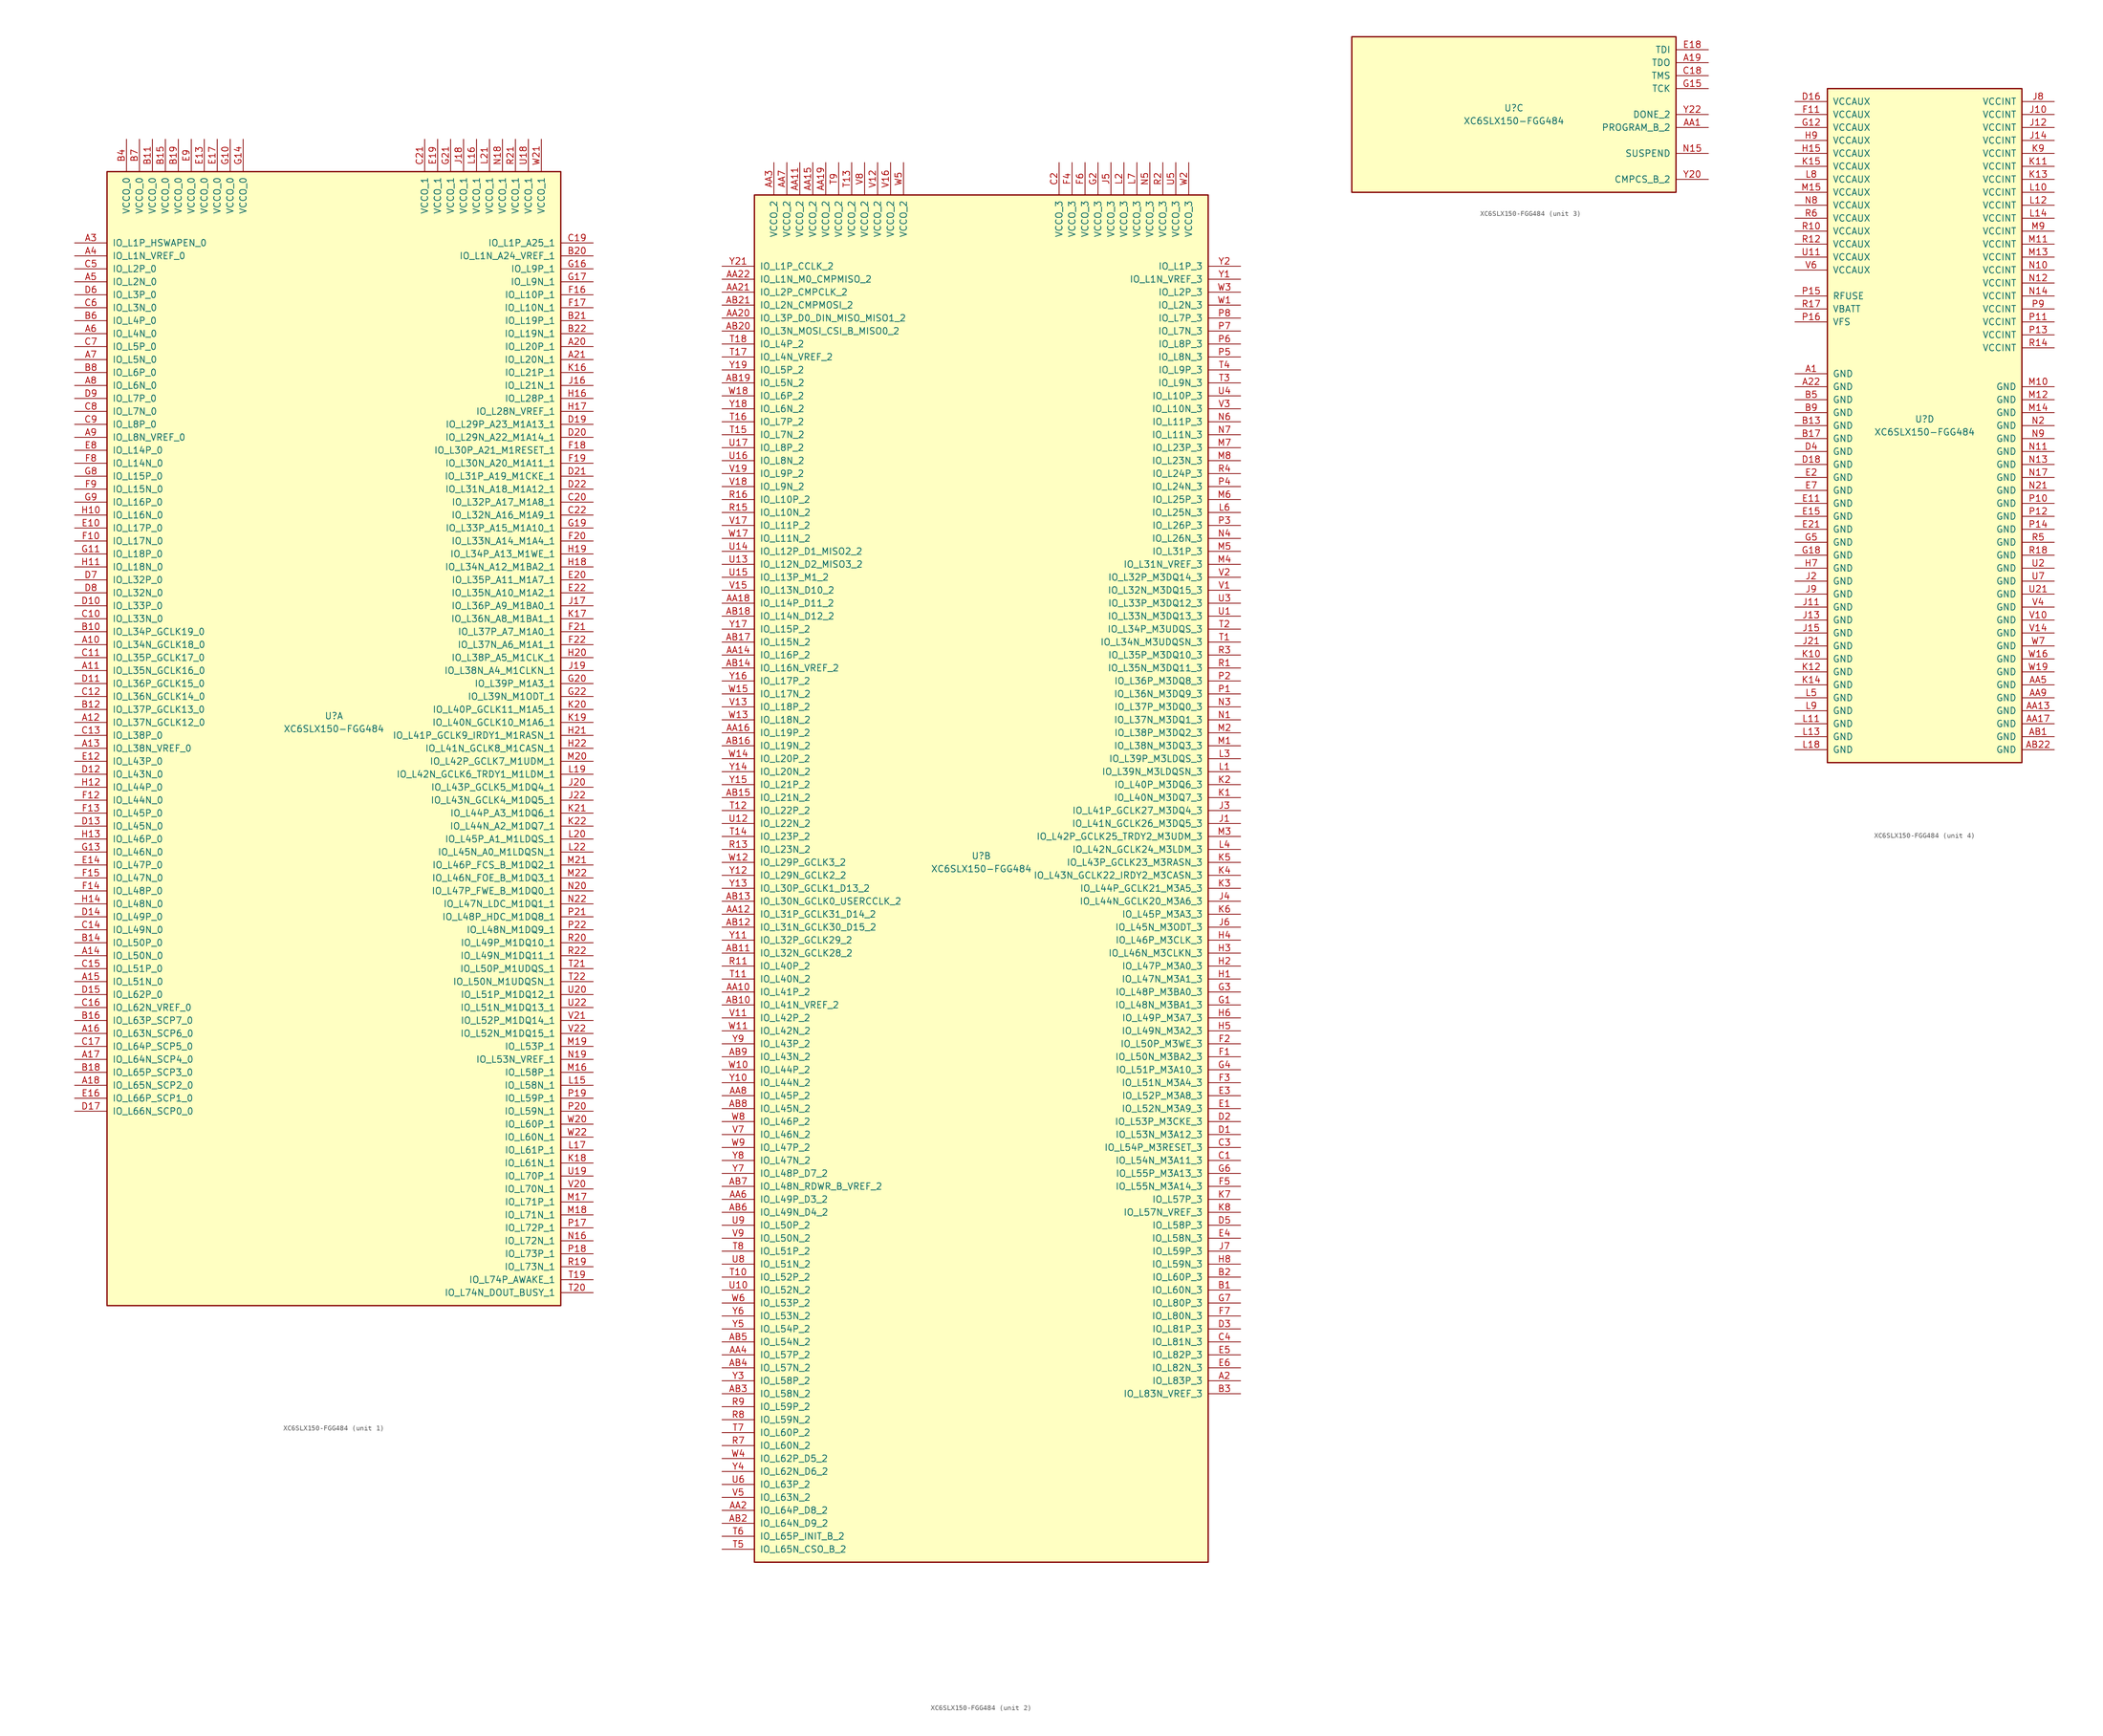
<source format=kicad_sym>
(kicad_symbol_lib
  (version 20220914)
  (generator kicad_symbol_editor)
  (symbol "XC6SLX150-FGG484"
    (pin_names
      (offset 1.016))
    (property "Reference" "U"
      (at 0 1.27 0)
      (effects (font (size 1.27 1.27))))
    (property "Value" "XC6SLX150-FGG484"
      (at 0 -1.27 0)
      (effects (font (size 1.27 1.27))))
    (property "Datasheet" ""
      (at 0 0 0)
      (effects (font (size 1.27 1.27))))
    (property "ki_locked" ""
      (at 0 0 0)
      (effects (font (size 1.27 1.27))))
    (symbol "XC6SLX150-FGG484_1_1"
      (rectangle (start -44.45 107.95) (end 44.45 -114.3) (stroke (width 0.254) (type default)) (fill (type background)))
      (pin bidirectional line (at -50.8 15.24 0) (length 6.35) (name "IO_L34N_GCLK18_0" (effects (font (size 1.27 1.27)))) (number "A10" (effects (font (size 1.27 1.27)))))
      (pin bidirectional line (at -50.8 10.16 0) (length 6.35) (name "IO_L35N_GCLK16_0" (effects (font (size 1.27 1.27)))) (number "A11" (effects (font (size 1.27 1.27)))))
      (pin bidirectional line (at -50.8 0 0) (length 6.35) (name "IO_L37N_GCLK12_0" (effects (font (size 1.27 1.27)))) (number "A12" (effects (font (size 1.27 1.27)))))
      (pin bidirectional line (at -50.8 -5.08 0) (length 6.35) (name "IO_L38N_VREF_0" (effects (font (size 1.27 1.27)))) (number "A13" (effects (font (size 1.27 1.27)))))
      (pin bidirectional line (at -50.8 -45.72 0) (length 6.35) (name "IO_L50N_0" (effects (font (size 1.27 1.27)))) (number "A14" (effects (font (size 1.27 1.27)))))
      (pin bidirectional line (at -50.8 -50.8 0) (length 6.35) (name "IO_L51N_0" (effects (font (size 1.27 1.27)))) (number "A15" (effects (font (size 1.27 1.27)))))
      (pin bidirectional line (at -50.8 -60.96 0) (length 6.35) (name "IO_L63N_SCP6_0" (effects (font (size 1.27 1.27)))) (number "A16" (effects (font (size 1.27 1.27)))))
      (pin bidirectional line (at -50.8 -66.04 0) (length 6.35) (name "IO_L64N_SCP4_0" (effects (font (size 1.27 1.27)))) (number "A17" (effects (font (size 1.27 1.27)))))
      (pin bidirectional line (at -50.8 -71.12 0) (length 6.35) (name "IO_L65N_SCP2_0" (effects (font (size 1.27 1.27)))) (number "A18" (effects (font (size 1.27 1.27)))))
      (pin bidirectional line (at 50.8 73.66 180) (length 6.35) (name "IO_L20P_1" (effects (font (size 1.27 1.27)))) (number "A20" (effects (font (size 1.27 1.27)))))
      (pin bidirectional line (at 50.8 71.12 180) (length 6.35) (name "IO_L20N_1" (effects (font (size 1.27 1.27)))) (number "A21" (effects (font (size 1.27 1.27)))))
      (pin bidirectional line (at -50.8 93.98 0) (length 6.35) (name "IO_L1P_HSWAPEN_0" (effects (font (size 1.27 1.27)))) (number "A3" (effects (font (size 1.27 1.27)))))
      (pin bidirectional line (at -50.8 91.44 0) (length 6.35) (name "IO_L1N_VREF_0" (effects (font (size 1.27 1.27)))) (number "A4" (effects (font (size 1.27 1.27)))))
      (pin bidirectional line (at -50.8 86.36 0) (length 6.35) (name "IO_L2N_0" (effects (font (size 1.27 1.27)))) (number "A5" (effects (font (size 1.27 1.27)))))
      (pin bidirectional line (at -50.8 76.2 0) (length 6.35) (name "IO_L4N_0" (effects (font (size 1.27 1.27)))) (number "A6" (effects (font (size 1.27 1.27)))))
      (pin bidirectional line (at -50.8 71.12 0) (length 6.35) (name "IO_L5N_0" (effects (font (size 1.27 1.27)))) (number "A7" (effects (font (size 1.27 1.27)))))
      (pin bidirectional line (at -50.8 66.04 0) (length 6.35) (name "IO_L6N_0" (effects (font (size 1.27 1.27)))) (number "A8" (effects (font (size 1.27 1.27)))))
      (pin bidirectional line (at -50.8 55.88 0) (length 6.35) (name "IO_L8N_VREF_0" (effects (font (size 1.27 1.27)))) (number "A9" (effects (font (size 1.27 1.27)))))
      (pin bidirectional line (at -50.8 17.78 0) (length 6.35) (name "IO_L34P_GCLK19_0" (effects (font (size 1.27 1.27)))) (number "B10" (effects (font (size 1.27 1.27)))))
      (pin power_in line (at -35.56 114.3 270) (length 6.35) (name "VCCO_0" (effects (font (size 1.27 1.27)))) (number "B11" (effects (font (size 1.27 1.27)))))
      (pin bidirectional line (at -50.8 2.54 0) (length 6.35) (name "IO_L37P_GCLK13_0" (effects (font (size 1.27 1.27)))) (number "B12" (effects (font (size 1.27 1.27)))))
      (pin bidirectional line (at -50.8 -43.18 0) (length 6.35) (name "IO_L50P_0" (effects (font (size 1.27 1.27)))) (number "B14" (effects (font (size 1.27 1.27)))))
      (pin power_in line (at -33.02 114.3 270) (length 6.35) (name "VCCO_0" (effects (font (size 1.27 1.27)))) (number "B15" (effects (font (size 1.27 1.27)))))
      (pin bidirectional line (at -50.8 -58.42 0) (length 6.35) (name "IO_L63P_SCP7_0" (effects (font (size 1.27 1.27)))) (number "B16" (effects (font (size 1.27 1.27)))))
      (pin bidirectional line (at -50.8 -68.58 0) (length 6.35) (name "IO_L65P_SCP3_0" (effects (font (size 1.27 1.27)))) (number "B18" (effects (font (size 1.27 1.27)))))
      (pin power_in line (at -30.48 114.3 270) (length 6.35) (name "VCCO_0" (effects (font (size 1.27 1.27)))) (number "B19" (effects (font (size 1.27 1.27)))))
      (pin bidirectional line (at 50.8 91.44 180) (length 6.35) (name "IO_L1N_A24_VREF_1" (effects (font (size 1.27 1.27)))) (number "B20" (effects (font (size 1.27 1.27)))))
      (pin bidirectional line (at 50.8 78.74 180) (length 6.35) (name "IO_L19P_1" (effects (font (size 1.27 1.27)))) (number "B21" (effects (font (size 1.27 1.27)))))
      (pin bidirectional line (at 50.8 76.2 180) (length 6.35) (name "IO_L19N_1" (effects (font (size 1.27 1.27)))) (number "B22" (effects (font (size 1.27 1.27)))))
      (pin power_in line (at -40.64 114.3 270) (length 6.35) (name "VCCO_0" (effects (font (size 1.27 1.27)))) (number "B4" (effects (font (size 1.27 1.27)))))
      (pin bidirectional line (at -50.8 78.74 0) (length 6.35) (name "IO_L4P_0" (effects (font (size 1.27 1.27)))) (number "B6" (effects (font (size 1.27 1.27)))))
      (pin power_in line (at -38.1 114.3 270) (length 6.35) (name "VCCO_0" (effects (font (size 1.27 1.27)))) (number "B7" (effects (font (size 1.27 1.27)))))
      (pin bidirectional line (at -50.8 68.58 0) (length 6.35) (name "IO_L6P_0" (effects (font (size 1.27 1.27)))) (number "B8" (effects (font (size 1.27 1.27)))))
      (pin bidirectional line (at -50.8 20.32 0) (length 6.35) (name "IO_L33N_0" (effects (font (size 1.27 1.27)))) (number "C10" (effects (font (size 1.27 1.27)))))
      (pin bidirectional line (at -50.8 12.7 0) (length 6.35) (name "IO_L35P_GCLK17_0" (effects (font (size 1.27 1.27)))) (number "C11" (effects (font (size 1.27 1.27)))))
      (pin bidirectional line (at -50.8 5.08 0) (length 6.35) (name "IO_L36N_GCLK14_0" (effects (font (size 1.27 1.27)))) (number "C12" (effects (font (size 1.27 1.27)))))
      (pin bidirectional line (at -50.8 -2.54 0) (length 6.35) (name "IO_L38P_0" (effects (font (size 1.27 1.27)))) (number "C13" (effects (font (size 1.27 1.27)))))
      (pin bidirectional line (at -50.8 -40.64 0) (length 6.35) (name "IO_L49N_0" (effects (font (size 1.27 1.27)))) (number "C14" (effects (font (size 1.27 1.27)))))
      (pin bidirectional line (at -50.8 -48.26 0) (length 6.35) (name "IO_L51P_0" (effects (font (size 1.27 1.27)))) (number "C15" (effects (font (size 1.27 1.27)))))
      (pin bidirectional line (at -50.8 -55.88 0) (length 6.35) (name "IO_L62N_VREF_0" (effects (font (size 1.27 1.27)))) (number "C16" (effects (font (size 1.27 1.27)))))
      (pin bidirectional line (at -50.8 -63.5 0) (length 6.35) (name "IO_L64P_SCP5_0" (effects (font (size 1.27 1.27)))) (number "C17" (effects (font (size 1.27 1.27)))))
      (pin bidirectional line (at 50.8 93.98 180) (length 6.35) (name "IO_L1P_A25_1" (effects (font (size 1.27 1.27)))) (number "C19" (effects (font (size 1.27 1.27)))))
      (pin bidirectional line (at 50.8 43.18 180) (length 6.35) (name "IO_L32P_A17_M1A8_1" (effects (font (size 1.27 1.27)))) (number "C20" (effects (font (size 1.27 1.27)))))
      (pin power_in line (at 17.78 114.3 270) (length 6.35) (name "VCCO_1" (effects (font (size 1.27 1.27)))) (number "C21" (effects (font (size 1.27 1.27)))))
      (pin bidirectional line (at 50.8 40.64 180) (length 6.35) (name "IO_L32N_A16_M1A9_1" (effects (font (size 1.27 1.27)))) (number "C22" (effects (font (size 1.27 1.27)))))
      (pin bidirectional line (at -50.8 88.9 0) (length 6.35) (name "IO_L2P_0" (effects (font (size 1.27 1.27)))) (number "C5" (effects (font (size 1.27 1.27)))))
      (pin bidirectional line (at -50.8 81.28 0) (length 6.35) (name "IO_L3N_0" (effects (font (size 1.27 1.27)))) (number "C6" (effects (font (size 1.27 1.27)))))
      (pin bidirectional line (at -50.8 73.66 0) (length 6.35) (name "IO_L5P_0" (effects (font (size 1.27 1.27)))) (number "C7" (effects (font (size 1.27 1.27)))))
      (pin bidirectional line (at -50.8 60.96 0) (length 6.35) (name "IO_L7N_0" (effects (font (size 1.27 1.27)))) (number "C8" (effects (font (size 1.27 1.27)))))
      (pin bidirectional line (at -50.8 58.42 0) (length 6.35) (name "IO_L8P_0" (effects (font (size 1.27 1.27)))) (number "C9" (effects (font (size 1.27 1.27)))))
      (pin bidirectional line (at -50.8 22.86 0) (length 6.35) (name "IO_L33P_0" (effects (font (size 1.27 1.27)))) (number "D10" (effects (font (size 1.27 1.27)))))
      (pin bidirectional line (at -50.8 7.62 0) (length 6.35) (name "IO_L36P_GCLK15_0" (effects (font (size 1.27 1.27)))) (number "D11" (effects (font (size 1.27 1.27)))))
      (pin bidirectional line (at -50.8 -10.16 0) (length 6.35) (name "IO_L43N_0" (effects (font (size 1.27 1.27)))) (number "D12" (effects (font (size 1.27 1.27)))))
      (pin bidirectional line (at -50.8 -20.32 0) (length 6.35) (name "IO_L45N_0" (effects (font (size 1.27 1.27)))) (number "D13" (effects (font (size 1.27 1.27)))))
      (pin bidirectional line (at -50.8 -38.1 0) (length 6.35) (name "IO_L49P_0" (effects (font (size 1.27 1.27)))) (number "D14" (effects (font (size 1.27 1.27)))))
      (pin bidirectional line (at -50.8 -53.34 0) (length 6.35) (name "IO_L62P_0" (effects (font (size 1.27 1.27)))) (number "D15" (effects (font (size 1.27 1.27)))))
      (pin bidirectional line (at -50.8 -76.2 0) (length 6.35) (name "IO_L66N_SCP0_0" (effects (font (size 1.27 1.27)))) (number "D17" (effects (font (size 1.27 1.27)))))
      (pin bidirectional line (at 50.8 58.42 180) (length 6.35) (name "IO_L29P_A23_M1A13_1" (effects (font (size 1.27 1.27)))) (number "D19" (effects (font (size 1.27 1.27)))))
      (pin bidirectional line (at 50.8 55.88 180) (length 6.35) (name "IO_L29N_A22_M1A14_1" (effects (font (size 1.27 1.27)))) (number "D20" (effects (font (size 1.27 1.27)))))
      (pin bidirectional line (at 50.8 48.26 180) (length 6.35) (name "IO_L31P_A19_M1CKE_1" (effects (font (size 1.27 1.27)))) (number "D21" (effects (font (size 1.27 1.27)))))
      (pin bidirectional line (at 50.8 45.72 180) (length 6.35) (name "IO_L31N_A18_M1A12_1" (effects (font (size 1.27 1.27)))) (number "D22" (effects (font (size 1.27 1.27)))))
      (pin bidirectional line (at -50.8 83.82 0) (length 6.35) (name "IO_L3P_0" (effects (font (size 1.27 1.27)))) (number "D6" (effects (font (size 1.27 1.27)))))
      (pin bidirectional line (at -50.8 27.94 0) (length 6.35) (name "IO_L32P_0" (effects (font (size 1.27 1.27)))) (number "D7" (effects (font (size 1.27 1.27)))))
      (pin bidirectional line (at -50.8 25.4 0) (length 6.35) (name "IO_L32N_0" (effects (font (size 1.27 1.27)))) (number "D8" (effects (font (size 1.27 1.27)))))
      (pin bidirectional line (at -50.8 63.5 0) (length 6.35) (name "IO_L7P_0" (effects (font (size 1.27 1.27)))) (number "D9" (effects (font (size 1.27 1.27)))))
      (pin bidirectional line (at -50.8 38.1 0) (length 6.35) (name "IO_L17P_0" (effects (font (size 1.27 1.27)))) (number "E10" (effects (font (size 1.27 1.27)))))
      (pin bidirectional line (at -50.8 -7.62 0) (length 6.35) (name "IO_L43P_0" (effects (font (size 1.27 1.27)))) (number "E12" (effects (font (size 1.27 1.27)))))
      (pin power_in line (at -25.4 114.3 270) (length 6.35) (name "VCCO_0" (effects (font (size 1.27 1.27)))) (number "E13" (effects (font (size 1.27 1.27)))))
      (pin bidirectional line (at -50.8 -27.94 0) (length 6.35) (name "IO_L47P_0" (effects (font (size 1.27 1.27)))) (number "E14" (effects (font (size 1.27 1.27)))))
      (pin bidirectional line (at -50.8 -73.66 0) (length 6.35) (name "IO_L66P_SCP1_0" (effects (font (size 1.27 1.27)))) (number "E16" (effects (font (size 1.27 1.27)))))
      (pin power_in line (at -22.86 114.3 270) (length 6.35) (name "VCCO_0" (effects (font (size 1.27 1.27)))) (number "E17" (effects (font (size 1.27 1.27)))))
      (pin power_in line (at 20.32 114.3 270) (length 6.35) (name "VCCO_1" (effects (font (size 1.27 1.27)))) (number "E19" (effects (font (size 1.27 1.27)))))
      (pin bidirectional line (at 50.8 27.94 180) (length 6.35) (name "IO_L35P_A11_M1A7_1" (effects (font (size 1.27 1.27)))) (number "E20" (effects (font (size 1.27 1.27)))))
      (pin bidirectional line (at 50.8 25.4 180) (length 6.35) (name "IO_L35N_A10_M1A2_1" (effects (font (size 1.27 1.27)))) (number "E22" (effects (font (size 1.27 1.27)))))
      (pin bidirectional line (at -50.8 53.34 0) (length 6.35) (name "IO_L14P_0" (effects (font (size 1.27 1.27)))) (number "E8" (effects (font (size 1.27 1.27)))))
      (pin power_in line (at -27.94 114.3 270) (length 6.35) (name "VCCO_0" (effects (font (size 1.27 1.27)))) (number "E9" (effects (font (size 1.27 1.27)))))
      (pin bidirectional line (at -50.8 35.56 0) (length 6.35) (name "IO_L17N_0" (effects (font (size 1.27 1.27)))) (number "F10" (effects (font (size 1.27 1.27)))))
      (pin bidirectional line (at -50.8 -15.24 0) (length 6.35) (name "IO_L44N_0" (effects (font (size 1.27 1.27)))) (number "F12" (effects (font (size 1.27 1.27)))))
      (pin bidirectional line (at -50.8 -17.78 0) (length 6.35) (name "IO_L45P_0" (effects (font (size 1.27 1.27)))) (number "F13" (effects (font (size 1.27 1.27)))))
      (pin bidirectional line (at -50.8 -33.02 0) (length 6.35) (name "IO_L48P_0" (effects (font (size 1.27 1.27)))) (number "F14" (effects (font (size 1.27 1.27)))))
      (pin bidirectional line (at -50.8 -30.48 0) (length 6.35) (name "IO_L47N_0" (effects (font (size 1.27 1.27)))) (number "F15" (effects (font (size 1.27 1.27)))))
      (pin bidirectional line (at 50.8 83.82 180) (length 6.35) (name "IO_L10P_1" (effects (font (size 1.27 1.27)))) (number "F16" (effects (font (size 1.27 1.27)))))
      (pin bidirectional line (at 50.8 81.28 180) (length 6.35) (name "IO_L10N_1" (effects (font (size 1.27 1.27)))) (number "F17" (effects (font (size 1.27 1.27)))))
      (pin bidirectional line (at 50.8 53.34 180) (length 6.35) (name "IO_L30P_A21_M1RESET_1" (effects (font (size 1.27 1.27)))) (number "F18" (effects (font (size 1.27 1.27)))))
      (pin bidirectional line (at 50.8 50.8 180) (length 6.35) (name "IO_L30N_A20_M1A11_1" (effects (font (size 1.27 1.27)))) (number "F19" (effects (font (size 1.27 1.27)))))
      (pin bidirectional line (at 50.8 35.56 180) (length 6.35) (name "IO_L33N_A14_M1A4_1" (effects (font (size 1.27 1.27)))) (number "F20" (effects (font (size 1.27 1.27)))))
      (pin bidirectional line (at 50.8 17.78 180) (length 6.35) (name "IO_L37P_A7_M1A0_1" (effects (font (size 1.27 1.27)))) (number "F21" (effects (font (size 1.27 1.27)))))
      (pin bidirectional line (at 50.8 15.24 180) (length 6.35) (name "IO_L37N_A6_M1A1_1" (effects (font (size 1.27 1.27)))) (number "F22" (effects (font (size 1.27 1.27)))))
      (pin bidirectional line (at -50.8 50.8 0) (length 6.35) (name "IO_L14N_0" (effects (font (size 1.27 1.27)))) (number "F8" (effects (font (size 1.27 1.27)))))
      (pin bidirectional line (at -50.8 45.72 0) (length 6.35) (name "IO_L15N_0" (effects (font (size 1.27 1.27)))) (number "F9" (effects (font (size 1.27 1.27)))))
      (pin power_in line (at -20.32 114.3 270) (length 6.35) (name "VCCO_0" (effects (font (size 1.27 1.27)))) (number "G10" (effects (font (size 1.27 1.27)))))
      (pin bidirectional line (at -50.8 33.02 0) (length 6.35) (name "IO_L18P_0" (effects (font (size 1.27 1.27)))) (number "G11" (effects (font (size 1.27 1.27)))))
      (pin bidirectional line (at -50.8 -25.4 0) (length 6.35) (name "IO_L46N_0" (effects (font (size 1.27 1.27)))) (number "G13" (effects (font (size 1.27 1.27)))))
      (pin power_in line (at -17.78 114.3 270) (length 6.35) (name "VCCO_0" (effects (font (size 1.27 1.27)))) (number "G14" (effects (font (size 1.27 1.27)))))
      (pin bidirectional line (at 50.8 88.9 180) (length 6.35) (name "IO_L9P_1" (effects (font (size 1.27 1.27)))) (number "G16" (effects (font (size 1.27 1.27)))))
      (pin bidirectional line (at 50.8 86.36 180) (length 6.35) (name "IO_L9N_1" (effects (font (size 1.27 1.27)))) (number "G17" (effects (font (size 1.27 1.27)))))
      (pin bidirectional line (at 50.8 38.1 180) (length 6.35) (name "IO_L33P_A15_M1A10_1" (effects (font (size 1.27 1.27)))) (number "G19" (effects (font (size 1.27 1.27)))))
      (pin bidirectional line (at 50.8 7.62 180) (length 6.35) (name "IO_L39P_M1A3_1" (effects (font (size 1.27 1.27)))) (number "G20" (effects (font (size 1.27 1.27)))))
      (pin power_in line (at 22.86 114.3 270) (length 6.35) (name "VCCO_1" (effects (font (size 1.27 1.27)))) (number "G21" (effects (font (size 1.27 1.27)))))
      (pin bidirectional line (at 50.8 5.08 180) (length 6.35) (name "IO_L39N_M1ODT_1" (effects (font (size 1.27 1.27)))) (number "G22" (effects (font (size 1.27 1.27)))))
      (pin bidirectional line (at -50.8 48.26 0) (length 6.35) (name "IO_L15P_0" (effects (font (size 1.27 1.27)))) (number "G8" (effects (font (size 1.27 1.27)))))
      (pin bidirectional line (at -50.8 43.18 0) (length 6.35) (name "IO_L16P_0" (effects (font (size 1.27 1.27)))) (number "G9" (effects (font (size 1.27 1.27)))))
      (pin bidirectional line (at -50.8 40.64 0) (length 6.35) (name "IO_L16N_0" (effects (font (size 1.27 1.27)))) (number "H10" (effects (font (size 1.27 1.27)))))
      (pin bidirectional line (at -50.8 30.48 0) (length 6.35) (name "IO_L18N_0" (effects (font (size 1.27 1.27)))) (number "H11" (effects (font (size 1.27 1.27)))))
      (pin bidirectional line (at -50.8 -12.7 0) (length 6.35) (name "IO_L44P_0" (effects (font (size 1.27 1.27)))) (number "H12" (effects (font (size 1.27 1.27)))))
      (pin bidirectional line (at -50.8 -22.86 0) (length 6.35) (name "IO_L46P_0" (effects (font (size 1.27 1.27)))) (number "H13" (effects (font (size 1.27 1.27)))))
      (pin bidirectional line (at -50.8 -35.56 0) (length 6.35) (name "IO_L48N_0" (effects (font (size 1.27 1.27)))) (number "H14" (effects (font (size 1.27 1.27)))))
      (pin bidirectional line (at 50.8 63.5 180) (length 6.35) (name "IO_L28P_1" (effects (font (size 1.27 1.27)))) (number "H16" (effects (font (size 1.27 1.27)))))
      (pin bidirectional line (at 50.8 60.96 180) (length 6.35) (name "IO_L28N_VREF_1" (effects (font (size 1.27 1.27)))) (number "H17" (effects (font (size 1.27 1.27)))))
      (pin bidirectional line (at 50.8 30.48 180) (length 6.35) (name "IO_L34N_A12_M1BA2_1" (effects (font (size 1.27 1.27)))) (number "H18" (effects (font (size 1.27 1.27)))))
      (pin bidirectional line (at 50.8 33.02 180) (length 6.35) (name "IO_L34P_A13_M1WE_1" (effects (font (size 1.27 1.27)))) (number "H19" (effects (font (size 1.27 1.27)))))
      (pin bidirectional line (at 50.8 12.7 180) (length 6.35) (name "IO_L38P_A5_M1CLK_1" (effects (font (size 1.27 1.27)))) (number "H20" (effects (font (size 1.27 1.27)))))
      (pin bidirectional line (at 50.8 -2.54 180) (length 6.35) (name "IO_L41P_GCLK9_IRDY1_M1RASN_1" (effects (font (size 1.27 1.27)))) (number "H21" (effects (font (size 1.27 1.27)))))
      (pin bidirectional line (at 50.8 -5.08 180) (length 6.35) (name "IO_L41N_GCLK8_M1CASN_1" (effects (font (size 1.27 1.27)))) (number "H22" (effects (font (size 1.27 1.27)))))
      (pin bidirectional line (at 50.8 66.04 180) (length 6.35) (name "IO_L21N_1" (effects (font (size 1.27 1.27)))) (number "J16" (effects (font (size 1.27 1.27)))))
      (pin bidirectional line (at 50.8 22.86 180) (length 6.35) (name "IO_L36P_A9_M1BA0_1" (effects (font (size 1.27 1.27)))) (number "J17" (effects (font (size 1.27 1.27)))))
      (pin power_in line (at 25.4 114.3 270) (length 6.35) (name "VCCO_1" (effects (font (size 1.27 1.27)))) (number "J18" (effects (font (size 1.27 1.27)))))
      (pin bidirectional line (at 50.8 10.16 180) (length 6.35) (name "IO_L38N_A4_M1CLKN_1" (effects (font (size 1.27 1.27)))) (number "J19" (effects (font (size 1.27 1.27)))))
      (pin bidirectional line (at 50.8 -12.7 180) (length 6.35) (name "IO_L43P_GCLK5_M1DQ4_1" (effects (font (size 1.27 1.27)))) (number "J20" (effects (font (size 1.27 1.27)))))
      (pin bidirectional line (at 50.8 -15.24 180) (length 6.35) (name "IO_L43N_GCLK4_M1DQ5_1" (effects (font (size 1.27 1.27)))) (number "J22" (effects (font (size 1.27 1.27)))))
      (pin bidirectional line (at 50.8 68.58 180) (length 6.35) (name "IO_L21P_1" (effects (font (size 1.27 1.27)))) (number "K16" (effects (font (size 1.27 1.27)))))
      (pin bidirectional line (at 50.8 20.32 180) (length 6.35) (name "IO_L36N_A8_M1BA1_1" (effects (font (size 1.27 1.27)))) (number "K17" (effects (font (size 1.27 1.27)))))
      (pin bidirectional line (at 50.8 -86.36 180) (length 6.35) (name "IO_L61N_1" (effects (font (size 1.27 1.27)))) (number "K18" (effects (font (size 1.27 1.27)))))
      (pin bidirectional line (at 50.8 0 180) (length 6.35) (name "IO_L40N_GCLK10_M1A6_1" (effects (font (size 1.27 1.27)))) (number "K19" (effects (font (size 1.27 1.27)))))
      (pin bidirectional line (at 50.8 2.54 180) (length 6.35) (name "IO_L40P_GCLK11_M1A5_1" (effects (font (size 1.27 1.27)))) (number "K20" (effects (font (size 1.27 1.27)))))
      (pin bidirectional line (at 50.8 -17.78 180) (length 6.35) (name "IO_L44P_A3_M1DQ6_1" (effects (font (size 1.27 1.27)))) (number "K21" (effects (font (size 1.27 1.27)))))
      (pin bidirectional line (at 50.8 -20.32 180) (length 6.35) (name "IO_L44N_A2_M1DQ7_1" (effects (font (size 1.27 1.27)))) (number "K22" (effects (font (size 1.27 1.27)))))
      (pin bidirectional line (at 50.8 -71.12 180) (length 6.35) (name "IO_L58N_1" (effects (font (size 1.27 1.27)))) (number "L15" (effects (font (size 1.27 1.27)))))
      (pin power_in line (at 27.94 114.3 270) (length 6.35) (name "VCCO_1" (effects (font (size 1.27 1.27)))) (number "L16" (effects (font (size 1.27 1.27)))))
      (pin bidirectional line (at 50.8 -83.82 180) (length 6.35) (name "IO_L61P_1" (effects (font (size 1.27 1.27)))) (number "L17" (effects (font (size 1.27 1.27)))))
      (pin bidirectional line (at 50.8 -10.16 180) (length 6.35) (name "IO_L42N_GCLK6_TRDY1_M1LDM_1" (effects (font (size 1.27 1.27)))) (number "L19" (effects (font (size 1.27 1.27)))))
      (pin bidirectional line (at 50.8 -22.86 180) (length 6.35) (name "IO_L45P_A1_M1LDQS_1" (effects (font (size 1.27 1.27)))) (number "L20" (effects (font (size 1.27 1.27)))))
      (pin power_in line (at 30.48 114.3 270) (length 6.35) (name "VCCO_1" (effects (font (size 1.27 1.27)))) (number "L21" (effects (font (size 1.27 1.27)))))
      (pin bidirectional line (at 50.8 -25.4 180) (length 6.35) (name "IO_L45N_A0_M1LDQSN_1" (effects (font (size 1.27 1.27)))) (number "L22" (effects (font (size 1.27 1.27)))))
      (pin bidirectional line (at 50.8 -68.58 180) (length 6.35) (name "IO_L58P_1" (effects (font (size 1.27 1.27)))) (number "M16" (effects (font (size 1.27 1.27)))))
      (pin bidirectional line (at 50.8 -93.98 180) (length 6.35) (name "IO_L71P_1" (effects (font (size 1.27 1.27)))) (number "M17" (effects (font (size 1.27 1.27)))))
      (pin bidirectional line (at 50.8 -96.52 180) (length 6.35) (name "IO_L71N_1" (effects (font (size 1.27 1.27)))) (number "M18" (effects (font (size 1.27 1.27)))))
      (pin bidirectional line (at 50.8 -63.5 180) (length 6.35) (name "IO_L53P_1" (effects (font (size 1.27 1.27)))) (number "M19" (effects (font (size 1.27 1.27)))))
      (pin bidirectional line (at 50.8 -7.62 180) (length 6.35) (name "IO_L42P_GCLK7_M1UDM_1" (effects (font (size 1.27 1.27)))) (number "M20" (effects (font (size 1.27 1.27)))))
      (pin bidirectional line (at 50.8 -27.94 180) (length 6.35) (name "IO_L46P_FCS_B_M1DQ2_1" (effects (font (size 1.27 1.27)))) (number "M21" (effects (font (size 1.27 1.27)))))
      (pin bidirectional line (at 50.8 -30.48 180) (length 6.35) (name "IO_L46N_FOE_B_M1DQ3_1" (effects (font (size 1.27 1.27)))) (number "M22" (effects (font (size 1.27 1.27)))))
      (pin bidirectional line (at 50.8 -101.6 180) (length 6.35) (name "IO_L72N_1" (effects (font (size 1.27 1.27)))) (number "N16" (effects (font (size 1.27 1.27)))))
      (pin power_in line (at 33.02 114.3 270) (length 6.35) (name "VCCO_1" (effects (font (size 1.27 1.27)))) (number "N18" (effects (font (size 1.27 1.27)))))
      (pin bidirectional line (at 50.8 -66.04 180) (length 6.35) (name "IO_L53N_VREF_1" (effects (font (size 1.27 1.27)))) (number "N19" (effects (font (size 1.27 1.27)))))
      (pin bidirectional line (at 50.8 -33.02 180) (length 6.35) (name "IO_L47P_FWE_B_M1DQ0_1" (effects (font (size 1.27 1.27)))) (number "N20" (effects (font (size 1.27 1.27)))))
      (pin bidirectional line (at 50.8 -35.56 180) (length 6.35) (name "IO_L47N_LDC_M1DQ1_1" (effects (font (size 1.27 1.27)))) (number "N22" (effects (font (size 1.27 1.27)))))
      (pin bidirectional line (at 50.8 -99.06 180) (length 6.35) (name "IO_L72P_1" (effects (font (size 1.27 1.27)))) (number "P17" (effects (font (size 1.27 1.27)))))
      (pin bidirectional line (at 50.8 -104.14 180) (length 6.35) (name "IO_L73P_1" (effects (font (size 1.27 1.27)))) (number "P18" (effects (font (size 1.27 1.27)))))
      (pin bidirectional line (at 50.8 -73.66 180) (length 6.35) (name "IO_L59P_1" (effects (font (size 1.27 1.27)))) (number "P19" (effects (font (size 1.27 1.27)))))
      (pin bidirectional line (at 50.8 -76.2 180) (length 6.35) (name "IO_L59N_1" (effects (font (size 1.27 1.27)))) (number "P20" (effects (font (size 1.27 1.27)))))
      (pin bidirectional line (at 50.8 -38.1 180) (length 6.35) (name "IO_L48P_HDC_M1DQ8_1" (effects (font (size 1.27 1.27)))) (number "P21" (effects (font (size 1.27 1.27)))))
      (pin bidirectional line (at 50.8 -40.64 180) (length 6.35) (name "IO_L48N_M1DQ9_1" (effects (font (size 1.27 1.27)))) (number "P22" (effects (font (size 1.27 1.27)))))
      (pin bidirectional line (at 50.8 -106.68 180) (length 6.35) (name "IO_L73N_1" (effects (font (size 1.27 1.27)))) (number "R19" (effects (font (size 1.27 1.27)))))
      (pin bidirectional line (at 50.8 -43.18 180) (length 6.35) (name "IO_L49P_M1DQ10_1" (effects (font (size 1.27 1.27)))) (number "R20" (effects (font (size 1.27 1.27)))))
      (pin power_in line (at 35.56 114.3 270) (length 6.35) (name "VCCO_1" (effects (font (size 1.27 1.27)))) (number "R21" (effects (font (size 1.27 1.27)))))
      (pin bidirectional line (at 50.8 -45.72 180) (length 6.35) (name "IO_L49N_M1DQ11_1" (effects (font (size 1.27 1.27)))) (number "R22" (effects (font (size 1.27 1.27)))))
      (pin bidirectional line (at 50.8 -109.22 180) (length 6.35) (name "IO_L74P_AWAKE_1" (effects (font (size 1.27 1.27)))) (number "T19" (effects (font (size 1.27 1.27)))))
      (pin bidirectional line (at 50.8 -111.76 180) (length 6.35) (name "IO_L74N_DOUT_BUSY_1" (effects (font (size 1.27 1.27)))) (number "T20" (effects (font (size 1.27 1.27)))))
      (pin bidirectional line (at 50.8 -48.26 180) (length 6.35) (name "IO_L50P_M1UDQS_1" (effects (font (size 1.27 1.27)))) (number "T21" (effects (font (size 1.27 1.27)))))
      (pin bidirectional line (at 50.8 -50.8 180) (length 6.35) (name "IO_L50N_M1UDQSN_1" (effects (font (size 1.27 1.27)))) (number "T22" (effects (font (size 1.27 1.27)))))
      (pin power_in line (at 38.1 114.3 270) (length 6.35) (name "VCCO_1" (effects (font (size 1.27 1.27)))) (number "U18" (effects (font (size 1.27 1.27)))))
      (pin bidirectional line (at 50.8 -88.9 180) (length 6.35) (name "IO_L70P_1" (effects (font (size 1.27 1.27)))) (number "U19" (effects (font (size 1.27 1.27)))))
      (pin bidirectional line (at 50.8 -53.34 180) (length 6.35) (name "IO_L51P_M1DQ12_1" (effects (font (size 1.27 1.27)))) (number "U20" (effects (font (size 1.27 1.27)))))
      (pin bidirectional line (at 50.8 -55.88 180) (length 6.35) (name "IO_L51N_M1DQ13_1" (effects (font (size 1.27 1.27)))) (number "U22" (effects (font (size 1.27 1.27)))))
      (pin bidirectional line (at 50.8 -91.44 180) (length 6.35) (name "IO_L70N_1" (effects (font (size 1.27 1.27)))) (number "V20" (effects (font (size 1.27 1.27)))))
      (pin bidirectional line (at 50.8 -58.42 180) (length 6.35) (name "IO_L52P_M1DQ14_1" (effects (font (size 1.27 1.27)))) (number "V21" (effects (font (size 1.27 1.27)))))
      (pin bidirectional line (at 50.8 -60.96 180) (length 6.35) (name "IO_L52N_M1DQ15_1" (effects (font (size 1.27 1.27)))) (number "V22" (effects (font (size 1.27 1.27)))))
      (pin bidirectional line (at 50.8 -78.74 180) (length 6.35) (name "IO_L60P_1" (effects (font (size 1.27 1.27)))) (number "W20" (effects (font (size 1.27 1.27)))))
      (pin power_in line (at 40.64 114.3 270) (length 6.35) (name "VCCO_1" (effects (font (size 1.27 1.27)))) (number "W21" (effects (font (size 1.27 1.27)))))
      (pin bidirectional line (at 50.8 -81.28 180) (length 6.35) (name "IO_L60N_1" (effects (font (size 1.27 1.27)))) (number "W22" (effects (font (size 1.27 1.27))))))
    (symbol "XC6SLX150-FGG484_2_1"
      (rectangle (start -44.45 130.81) (end 44.45 -137.16) (stroke (width 0.254) (type default)) (fill (type background)))
      (pin bidirectional line (at 50.8 -101.6 180) (length 6.35) (name "IO_L83P_3" (effects (font (size 1.27 1.27)))) (number "A2" (effects (font (size 1.27 1.27)))))
      (pin bidirectional line (at -50.8 -25.4 0) (length 6.35) (name "IO_L41P_2" (effects (font (size 1.27 1.27)))) (number "AA10" (effects (font (size 1.27 1.27)))))
      (pin power_in line (at -35.56 137.16 270) (length 6.35) (name "VCCO_2" (effects (font (size 1.27 1.27)))) (number "AA11" (effects (font (size 1.27 1.27)))))
      (pin bidirectional line (at -50.8 -10.16 0) (length 6.35) (name "IO_L31P_GCLK31_D14_2" (effects (font (size 1.27 1.27)))) (number "AA12" (effects (font (size 1.27 1.27)))))
      (pin bidirectional line (at -50.8 40.64 0) (length 6.35) (name "IO_L16P_2" (effects (font (size 1.27 1.27)))) (number "AA14" (effects (font (size 1.27 1.27)))))
      (pin power_in line (at -33.02 137.16 270) (length 6.35) (name "VCCO_2" (effects (font (size 1.27 1.27)))) (number "AA15" (effects (font (size 1.27 1.27)))))
      (pin bidirectional line (at -50.8 25.4 0) (length 6.35) (name "IO_L19P_2" (effects (font (size 1.27 1.27)))) (number "AA16" (effects (font (size 1.27 1.27)))))
      (pin bidirectional line (at -50.8 50.8 0) (length 6.35) (name "IO_L14P_D11_2" (effects (font (size 1.27 1.27)))) (number "AA18" (effects (font (size 1.27 1.27)))))
      (pin power_in line (at -30.48 137.16 270) (length 6.35) (name "VCCO_2" (effects (font (size 1.27 1.27)))) (number "AA19" (effects (font (size 1.27 1.27)))))
      (pin bidirectional line (at -50.8 -127 0) (length 6.35) (name "IO_L64P_D8_2" (effects (font (size 1.27 1.27)))) (number "AA2" (effects (font (size 1.27 1.27)))))
      (pin bidirectional line (at -50.8 106.68 0) (length 6.35) (name "IO_L3P_D0_DIN_MISO_MISO1_2" (effects (font (size 1.27 1.27)))) (number "AA20" (effects (font (size 1.27 1.27)))))
      (pin bidirectional line (at -50.8 111.76 0) (length 6.35) (name "IO_L2P_CMPCLK_2" (effects (font (size 1.27 1.27)))) (number "AA21" (effects (font (size 1.27 1.27)))))
      (pin bidirectional line (at -50.8 114.3 0) (length 6.35) (name "IO_L1N_M0_CMPMISO_2" (effects (font (size 1.27 1.27)))) (number "AA22" (effects (font (size 1.27 1.27)))))
      (pin power_in line (at -40.64 137.16 270) (length 6.35) (name "VCCO_2" (effects (font (size 1.27 1.27)))) (number "AA3" (effects (font (size 1.27 1.27)))))
      (pin bidirectional line (at -50.8 -96.52 0) (length 6.35) (name "IO_L57P_2" (effects (font (size 1.27 1.27)))) (number "AA4" (effects (font (size 1.27 1.27)))))
      (pin bidirectional line (at -50.8 -66.04 0) (length 6.35) (name "IO_L49P_D3_2" (effects (font (size 1.27 1.27)))) (number "AA6" (effects (font (size 1.27 1.27)))))
      (pin power_in line (at -38.1 137.16 270) (length 6.35) (name "VCCO_2" (effects (font (size 1.27 1.27)))) (number "AA7" (effects (font (size 1.27 1.27)))))
      (pin bidirectional line (at -50.8 -45.72 0) (length 6.35) (name "IO_L45P_2" (effects (font (size 1.27 1.27)))) (number "AA8" (effects (font (size 1.27 1.27)))))
      (pin bidirectional line (at -50.8 -27.94 0) (length 6.35) (name "IO_L41N_VREF_2" (effects (font (size 1.27 1.27)))) (number "AB10" (effects (font (size 1.27 1.27)))))
      (pin bidirectional line (at -50.8 -17.78 0) (length 6.35) (name "IO_L32N_GCLK28_2" (effects (font (size 1.27 1.27)))) (number "AB11" (effects (font (size 1.27 1.27)))))
      (pin bidirectional line (at -50.8 -12.7 0) (length 6.35) (name "IO_L31N_GCLK30_D15_2" (effects (font (size 1.27 1.27)))) (number "AB12" (effects (font (size 1.27 1.27)))))
      (pin bidirectional line (at -50.8 -7.62 0) (length 6.35) (name "IO_L30N_GCLK0_USERCCLK_2" (effects (font (size 1.27 1.27)))) (number "AB13" (effects (font (size 1.27 1.27)))))
      (pin bidirectional line (at -50.8 38.1 0) (length 6.35) (name "IO_L16N_VREF_2" (effects (font (size 1.27 1.27)))) (number "AB14" (effects (font (size 1.27 1.27)))))
      (pin bidirectional line (at -50.8 12.7 0) (length 6.35) (name "IO_L21N_2" (effects (font (size 1.27 1.27)))) (number "AB15" (effects (font (size 1.27 1.27)))))
      (pin bidirectional line (at -50.8 22.86 0) (length 6.35) (name "IO_L19N_2" (effects (font (size 1.27 1.27)))) (number "AB16" (effects (font (size 1.27 1.27)))))
      (pin bidirectional line (at -50.8 43.18 0) (length 6.35) (name "IO_L15N_2" (effects (font (size 1.27 1.27)))) (number "AB17" (effects (font (size 1.27 1.27)))))
      (pin bidirectional line (at -50.8 48.26 0) (length 6.35) (name "IO_L14N_D12_2" (effects (font (size 1.27 1.27)))) (number "AB18" (effects (font (size 1.27 1.27)))))
      (pin bidirectional line (at -50.8 93.98 0) (length 6.35) (name "IO_L5N_2" (effects (font (size 1.27 1.27)))) (number "AB19" (effects (font (size 1.27 1.27)))))
      (pin bidirectional line (at -50.8 -129.54 0) (length 6.35) (name "IO_L64N_D9_2" (effects (font (size 1.27 1.27)))) (number "AB2" (effects (font (size 1.27 1.27)))))
      (pin bidirectional line (at -50.8 104.14 0) (length 6.35) (name "IO_L3N_MOSI_CSI_B_MISO0_2" (effects (font (size 1.27 1.27)))) (number "AB20" (effects (font (size 1.27 1.27)))))
      (pin bidirectional line (at -50.8 109.22 0) (length 6.35) (name "IO_L2N_CMPMOSI_2" (effects (font (size 1.27 1.27)))) (number "AB21" (effects (font (size 1.27 1.27)))))
      (pin bidirectional line (at -50.8 -104.14 0) (length 6.35) (name "IO_L58N_2" (effects (font (size 1.27 1.27)))) (number "AB3" (effects (font (size 1.27 1.27)))))
      (pin bidirectional line (at -50.8 -99.06 0) (length 6.35) (name "IO_L57N_2" (effects (font (size 1.27 1.27)))) (number "AB4" (effects (font (size 1.27 1.27)))))
      (pin bidirectional line (at -50.8 -93.98 0) (length 6.35) (name "IO_L54N_2" (effects (font (size 1.27 1.27)))) (number "AB5" (effects (font (size 1.27 1.27)))))
      (pin bidirectional line (at -50.8 -68.58 0) (length 6.35) (name "IO_L49N_D4_2" (effects (font (size 1.27 1.27)))) (number "AB6" (effects (font (size 1.27 1.27)))))
      (pin bidirectional line (at -50.8 -63.5 0) (length 6.35) (name "IO_L48N_RDWR_B_VREF_2" (effects (font (size 1.27 1.27)))) (number "AB7" (effects (font (size 1.27 1.27)))))
      (pin bidirectional line (at -50.8 -48.26 0) (length 6.35) (name "IO_L45N_2" (effects (font (size 1.27 1.27)))) (number "AB8" (effects (font (size 1.27 1.27)))))
      (pin bidirectional line (at -50.8 -38.1 0) (length 6.35) (name "IO_L43N_2" (effects (font (size 1.27 1.27)))) (number "AB9" (effects (font (size 1.27 1.27)))))
      (pin bidirectional line (at 50.8 -83.82 180) (length 6.35) (name "IO_L60N_3" (effects (font (size 1.27 1.27)))) (number "B1" (effects (font (size 1.27 1.27)))))
      (pin bidirectional line (at 50.8 -81.28 180) (length 6.35) (name "IO_L60P_3" (effects (font (size 1.27 1.27)))) (number "B2" (effects (font (size 1.27 1.27)))))
      (pin bidirectional line (at 50.8 -104.14 180) (length 6.35) (name "IO_L83N_VREF_3" (effects (font (size 1.27 1.27)))) (number "B3" (effects (font (size 1.27 1.27)))))
      (pin bidirectional line (at 50.8 -58.42 180) (length 6.35) (name "IO_L54N_M3A11_3" (effects (font (size 1.27 1.27)))) (number "C1" (effects (font (size 1.27 1.27)))))
      (pin power_in line (at 15.24 137.16 270) (length 6.35) (name "VCCO_3" (effects (font (size 1.27 1.27)))) (number "C2" (effects (font (size 1.27 1.27)))))
      (pin bidirectional line (at 50.8 -55.88 180) (length 6.35) (name "IO_L54P_M3RESET_3" (effects (font (size 1.27 1.27)))) (number "C3" (effects (font (size 1.27 1.27)))))
      (pin bidirectional line (at 50.8 -93.98 180) (length 6.35) (name "IO_L81N_3" (effects (font (size 1.27 1.27)))) (number "C4" (effects (font (size 1.27 1.27)))))
      (pin bidirectional line (at 50.8 -53.34 180) (length 6.35) (name "IO_L53N_M3A12_3" (effects (font (size 1.27 1.27)))) (number "D1" (effects (font (size 1.27 1.27)))))
      (pin bidirectional line (at 50.8 -50.8 180) (length 6.35) (name "IO_L53P_M3CKE_3" (effects (font (size 1.27 1.27)))) (number "D2" (effects (font (size 1.27 1.27)))))
      (pin bidirectional line (at 50.8 -91.44 180) (length 6.35) (name "IO_L81P_3" (effects (font (size 1.27 1.27)))) (number "D3" (effects (font (size 1.27 1.27)))))
      (pin bidirectional line (at 50.8 -71.12 180) (length 6.35) (name "IO_L58P_3" (effects (font (size 1.27 1.27)))) (number "D5" (effects (font (size 1.27 1.27)))))
      (pin bidirectional line (at 50.8 -48.26 180) (length 6.35) (name "IO_L52N_M3A9_3" (effects (font (size 1.27 1.27)))) (number "E1" (effects (font (size 1.27 1.27)))))
      (pin bidirectional line (at 50.8 -45.72 180) (length 6.35) (name "IO_L52P_M3A8_3" (effects (font (size 1.27 1.27)))) (number "E3" (effects (font (size 1.27 1.27)))))
      (pin bidirectional line (at 50.8 -73.66 180) (length 6.35) (name "IO_L58N_3" (effects (font (size 1.27 1.27)))) (number "E4" (effects (font (size 1.27 1.27)))))
      (pin bidirectional line (at 50.8 -96.52 180) (length 6.35) (name "IO_L82P_3" (effects (font (size 1.27 1.27)))) (number "E5" (effects (font (size 1.27 1.27)))))
      (pin bidirectional line (at 50.8 -99.06 180) (length 6.35) (name "IO_L82N_3" (effects (font (size 1.27 1.27)))) (number "E6" (effects (font (size 1.27 1.27)))))
      (pin bidirectional line (at 50.8 -38.1 180) (length 6.35) (name "IO_L50N_M3BA2_3" (effects (font (size 1.27 1.27)))) (number "F1" (effects (font (size 1.27 1.27)))))
      (pin bidirectional line (at 50.8 -35.56 180) (length 6.35) (name "IO_L50P_M3WE_3" (effects (font (size 1.27 1.27)))) (number "F2" (effects (font (size 1.27 1.27)))))
      (pin bidirectional line (at 50.8 -43.18 180) (length 6.35) (name "IO_L51N_M3A4_3" (effects (font (size 1.27 1.27)))) (number "F3" (effects (font (size 1.27 1.27)))))
      (pin power_in line (at 17.78 137.16 270) (length 6.35) (name "VCCO_3" (effects (font (size 1.27 1.27)))) (number "F4" (effects (font (size 1.27 1.27)))))
      (pin bidirectional line (at 50.8 -63.5 180) (length 6.35) (name "IO_L55N_M3A14_3" (effects (font (size 1.27 1.27)))) (number "F5" (effects (font (size 1.27 1.27)))))
      (pin power_in line (at 20.32 137.16 270) (length 6.35) (name "VCCO_3" (effects (font (size 1.27 1.27)))) (number "F6" (effects (font (size 1.27 1.27)))))
      (pin bidirectional line (at 50.8 -88.9 180) (length 6.35) (name "IO_L80N_3" (effects (font (size 1.27 1.27)))) (number "F7" (effects (font (size 1.27 1.27)))))
      (pin bidirectional line (at 50.8 -27.94 180) (length 6.35) (name "IO_L48N_M3BA1_3" (effects (font (size 1.27 1.27)))) (number "G1" (effects (font (size 1.27 1.27)))))
      (pin power_in line (at 22.86 137.16 270) (length 6.35) (name "VCCO_3" (effects (font (size 1.27 1.27)))) (number "G2" (effects (font (size 1.27 1.27)))))
      (pin bidirectional line (at 50.8 -25.4 180) (length 6.35) (name "IO_L48P_M3BA0_3" (effects (font (size 1.27 1.27)))) (number "G3" (effects (font (size 1.27 1.27)))))
      (pin bidirectional line (at 50.8 -40.64 180) (length 6.35) (name "IO_L51P_M3A10_3" (effects (font (size 1.27 1.27)))) (number "G4" (effects (font (size 1.27 1.27)))))
      (pin bidirectional line (at 50.8 -60.96 180) (length 6.35) (name "IO_L55P_M3A13_3" (effects (font (size 1.27 1.27)))) (number "G6" (effects (font (size 1.27 1.27)))))
      (pin bidirectional line (at 50.8 -86.36 180) (length 6.35) (name "IO_L80P_3" (effects (font (size 1.27 1.27)))) (number "G7" (effects (font (size 1.27 1.27)))))
      (pin bidirectional line (at 50.8 -22.86 180) (length 6.35) (name "IO_L47N_M3A1_3" (effects (font (size 1.27 1.27)))) (number "H1" (effects (font (size 1.27 1.27)))))
      (pin bidirectional line (at 50.8 -20.32 180) (length 6.35) (name "IO_L47P_M3A0_3" (effects (font (size 1.27 1.27)))) (number "H2" (effects (font (size 1.27 1.27)))))
      (pin bidirectional line (at 50.8 -17.78 180) (length 6.35) (name "IO_L46N_M3CLKN_3" (effects (font (size 1.27 1.27)))) (number "H3" (effects (font (size 1.27 1.27)))))
      (pin bidirectional line (at 50.8 -15.24 180) (length 6.35) (name "IO_L46P_M3CLK_3" (effects (font (size 1.27 1.27)))) (number "H4" (effects (font (size 1.27 1.27)))))
      (pin bidirectional line (at 50.8 -33.02 180) (length 6.35) (name "IO_L49N_M3A2_3" (effects (font (size 1.27 1.27)))) (number "H5" (effects (font (size 1.27 1.27)))))
      (pin bidirectional line (at 50.8 -30.48 180) (length 6.35) (name "IO_L49P_M3A7_3" (effects (font (size 1.27 1.27)))) (number "H6" (effects (font (size 1.27 1.27)))))
      (pin bidirectional line (at 50.8 -78.74 180) (length 6.35) (name "IO_L59N_3" (effects (font (size 1.27 1.27)))) (number "H8" (effects (font (size 1.27 1.27)))))
      (pin bidirectional line (at 50.8 7.62 180) (length 6.35) (name "IO_L41N_GCLK26_M3DQ5_3" (effects (font (size 1.27 1.27)))) (number "J1" (effects (font (size 1.27 1.27)))))
      (pin bidirectional line (at 50.8 10.16 180) (length 6.35) (name "IO_L41P_GCLK27_M3DQ4_3" (effects (font (size 1.27 1.27)))) (number "J3" (effects (font (size 1.27 1.27)))))
      (pin bidirectional line (at 50.8 -7.62 180) (length 6.35) (name "IO_L44N_GCLK20_M3A6_3" (effects (font (size 1.27 1.27)))) (number "J4" (effects (font (size 1.27 1.27)))))
      (pin power_in line (at 25.4 137.16 270) (length 6.35) (name "VCCO_3" (effects (font (size 1.27 1.27)))) (number "J5" (effects (font (size 1.27 1.27)))))
      (pin bidirectional line (at 50.8 -12.7 180) (length 6.35) (name "IO_L45N_M3ODT_3" (effects (font (size 1.27 1.27)))) (number "J6" (effects (font (size 1.27 1.27)))))
      (pin bidirectional line (at 50.8 -76.2 180) (length 6.35) (name "IO_L59P_3" (effects (font (size 1.27 1.27)))) (number "J7" (effects (font (size 1.27 1.27)))))
      (pin bidirectional line (at 50.8 12.7 180) (length 6.35) (name "IO_L40N_M3DQ7_3" (effects (font (size 1.27 1.27)))) (number "K1" (effects (font (size 1.27 1.27)))))
      (pin bidirectional line (at 50.8 15.24 180) (length 6.35) (name "IO_L40P_M3DQ6_3" (effects (font (size 1.27 1.27)))) (number "K2" (effects (font (size 1.27 1.27)))))
      (pin bidirectional line (at 50.8 -5.08 180) (length 6.35) (name "IO_L44P_GCLK21_M3A5_3" (effects (font (size 1.27 1.27)))) (number "K3" (effects (font (size 1.27 1.27)))))
      (pin bidirectional line (at 50.8 -2.54 180) (length 6.35) (name "IO_L43N_GCLK22_IRDY2_M3CASN_3" (effects (font (size 1.27 1.27)))) (number "K4" (effects (font (size 1.27 1.27)))))
      (pin bidirectional line (at 50.8 0 180) (length 6.35) (name "IO_L43P_GCLK23_M3RASN_3" (effects (font (size 1.27 1.27)))) (number "K5" (effects (font (size 1.27 1.27)))))
      (pin bidirectional line (at 50.8 -10.16 180) (length 6.35) (name "IO_L45P_M3A3_3" (effects (font (size 1.27 1.27)))) (number "K6" (effects (font (size 1.27 1.27)))))
      (pin bidirectional line (at 50.8 -66.04 180) (length 6.35) (name "IO_L57P_3" (effects (font (size 1.27 1.27)))) (number "K7" (effects (font (size 1.27 1.27)))))
      (pin bidirectional line (at 50.8 -68.58 180) (length 6.35) (name "IO_L57N_VREF_3" (effects (font (size 1.27 1.27)))) (number "K8" (effects (font (size 1.27 1.27)))))
      (pin bidirectional line (at 50.8 17.78 180) (length 6.35) (name "IO_L39N_M3LDQSN_3" (effects (font (size 1.27 1.27)))) (number "L1" (effects (font (size 1.27 1.27)))))
      (pin power_in line (at 27.94 137.16 270) (length 6.35) (name "VCCO_3" (effects (font (size 1.27 1.27)))) (number "L2" (effects (font (size 1.27 1.27)))))
      (pin bidirectional line (at 50.8 20.32 180) (length 6.35) (name "IO_L39P_M3LDQS_3" (effects (font (size 1.27 1.27)))) (number "L3" (effects (font (size 1.27 1.27)))))
      (pin bidirectional line (at 50.8 2.54 180) (length 6.35) (name "IO_L42N_GCLK24_M3LDM_3" (effects (font (size 1.27 1.27)))) (number "L4" (effects (font (size 1.27 1.27)))))
      (pin bidirectional line (at 50.8 68.58 180) (length 6.35) (name "IO_L25N_3" (effects (font (size 1.27 1.27)))) (number "L6" (effects (font (size 1.27 1.27)))))
      (pin power_in line (at 30.48 137.16 270) (length 6.35) (name "VCCO_3" (effects (font (size 1.27 1.27)))) (number "L7" (effects (font (size 1.27 1.27)))))
      (pin bidirectional line (at 50.8 22.86 180) (length 6.35) (name "IO_L38N_M3DQ3_3" (effects (font (size 1.27 1.27)))) (number "M1" (effects (font (size 1.27 1.27)))))
      (pin bidirectional line (at 50.8 25.4 180) (length 6.35) (name "IO_L38P_M3DQ2_3" (effects (font (size 1.27 1.27)))) (number "M2" (effects (font (size 1.27 1.27)))))
      (pin bidirectional line (at 50.8 5.08 180) (length 6.35) (name "IO_L42P_GCLK25_TRDY2_M3UDM_3" (effects (font (size 1.27 1.27)))) (number "M3" (effects (font (size 1.27 1.27)))))
      (pin bidirectional line (at 50.8 58.42 180) (length 6.35) (name "IO_L31N_VREF_3" (effects (font (size 1.27 1.27)))) (number "M4" (effects (font (size 1.27 1.27)))))
      (pin bidirectional line (at 50.8 60.96 180) (length 6.35) (name "IO_L31P_3" (effects (font (size 1.27 1.27)))) (number "M5" (effects (font (size 1.27 1.27)))))
      (pin bidirectional line (at 50.8 71.12 180) (length 6.35) (name "IO_L25P_3" (effects (font (size 1.27 1.27)))) (number "M6" (effects (font (size 1.27 1.27)))))
      (pin bidirectional line (at 50.8 81.28 180) (length 6.35) (name "IO_L23P_3" (effects (font (size 1.27 1.27)))) (number "M7" (effects (font (size 1.27 1.27)))))
      (pin bidirectional line (at 50.8 78.74 180) (length 6.35) (name "IO_L23N_3" (effects (font (size 1.27 1.27)))) (number "M8" (effects (font (size 1.27 1.27)))))
      (pin bidirectional line (at 50.8 27.94 180) (length 6.35) (name "IO_L37N_M3DQ1_3" (effects (font (size 1.27 1.27)))) (number "N1" (effects (font (size 1.27 1.27)))))
      (pin bidirectional line (at 50.8 30.48 180) (length 6.35) (name "IO_L37P_M3DQ0_3" (effects (font (size 1.27 1.27)))) (number "N3" (effects (font (size 1.27 1.27)))))
      (pin bidirectional line (at 50.8 63.5 180) (length 6.35) (name "IO_L26N_3" (effects (font (size 1.27 1.27)))) (number "N4" (effects (font (size 1.27 1.27)))))
      (pin power_in line (at 33.02 137.16 270) (length 6.35) (name "VCCO_3" (effects (font (size 1.27 1.27)))) (number "N5" (effects (font (size 1.27 1.27)))))
      (pin bidirectional line (at 50.8 86.36 180) (length 6.35) (name "IO_L11P_3" (effects (font (size 1.27 1.27)))) (number "N6" (effects (font (size 1.27 1.27)))))
      (pin bidirectional line (at 50.8 83.82 180) (length 6.35) (name "IO_L11N_3" (effects (font (size 1.27 1.27)))) (number "N7" (effects (font (size 1.27 1.27)))))
      (pin bidirectional line (at 50.8 33.02 180) (length 6.35) (name "IO_L36N_M3DQ9_3" (effects (font (size 1.27 1.27)))) (number "P1" (effects (font (size 1.27 1.27)))))
      (pin bidirectional line (at 50.8 35.56 180) (length 6.35) (name "IO_L36P_M3DQ8_3" (effects (font (size 1.27 1.27)))) (number "P2" (effects (font (size 1.27 1.27)))))
      (pin bidirectional line (at 50.8 66.04 180) (length 6.35) (name "IO_L26P_3" (effects (font (size 1.27 1.27)))) (number "P3" (effects (font (size 1.27 1.27)))))
      (pin bidirectional line (at 50.8 73.66 180) (length 6.35) (name "IO_L24N_3" (effects (font (size 1.27 1.27)))) (number "P4" (effects (font (size 1.27 1.27)))))
      (pin bidirectional line (at 50.8 99.06 180) (length 6.35) (name "IO_L8N_3" (effects (font (size 1.27 1.27)))) (number "P5" (effects (font (size 1.27 1.27)))))
      (pin bidirectional line (at 50.8 101.6 180) (length 6.35) (name "IO_L8P_3" (effects (font (size 1.27 1.27)))) (number "P6" (effects (font (size 1.27 1.27)))))
      (pin bidirectional line (at 50.8 104.14 180) (length 6.35) (name "IO_L7N_3" (effects (font (size 1.27 1.27)))) (number "P7" (effects (font (size 1.27 1.27)))))
      (pin bidirectional line (at 50.8 106.68 180) (length 6.35) (name "IO_L7P_3" (effects (font (size 1.27 1.27)))) (number "P8" (effects (font (size 1.27 1.27)))))
      (pin bidirectional line (at 50.8 38.1 180) (length 6.35) (name "IO_L35N_M3DQ11_3" (effects (font (size 1.27 1.27)))) (number "R1" (effects (font (size 1.27 1.27)))))
      (pin bidirectional line (at -50.8 -20.32 0) (length 6.35) (name "IO_L40P_2" (effects (font (size 1.27 1.27)))) (number "R11" (effects (font (size 1.27 1.27)))))
      (pin bidirectional line (at -50.8 2.54 0) (length 6.35) (name "IO_L23N_2" (effects (font (size 1.27 1.27)))) (number "R13" (effects (font (size 1.27 1.27)))))
      (pin bidirectional line (at -50.8 68.58 0) (length 6.35) (name "IO_L10N_2" (effects (font (size 1.27 1.27)))) (number "R15" (effects (font (size 1.27 1.27)))))
      (pin bidirectional line (at -50.8 71.12 0) (length 6.35) (name "IO_L10P_2" (effects (font (size 1.27 1.27)))) (number "R16" (effects (font (size 1.27 1.27)))))
      (pin power_in line (at 35.56 137.16 270) (length 6.35) (name "VCCO_3" (effects (font (size 1.27 1.27)))) (number "R2" (effects (font (size 1.27 1.27)))))
      (pin bidirectional line (at 50.8 40.64 180) (length 6.35) (name "IO_L35P_M3DQ10_3" (effects (font (size 1.27 1.27)))) (number "R3" (effects (font (size 1.27 1.27)))))
      (pin bidirectional line (at 50.8 76.2 180) (length 6.35) (name "IO_L24P_3" (effects (font (size 1.27 1.27)))) (number "R4" (effects (font (size 1.27 1.27)))))
      (pin bidirectional line (at -50.8 -114.3 0) (length 6.35) (name "IO_L60N_2" (effects (font (size 1.27 1.27)))) (number "R7" (effects (font (size 1.27 1.27)))))
      (pin bidirectional line (at -50.8 -109.22 0) (length 6.35) (name "IO_L59N_2" (effects (font (size 1.27 1.27)))) (number "R8" (effects (font (size 1.27 1.27)))))
      (pin bidirectional line (at -50.8 -106.68 0) (length 6.35) (name "IO_L59P_2" (effects (font (size 1.27 1.27)))) (number "R9" (effects (font (size 1.27 1.27)))))
      (pin bidirectional line (at 50.8 43.18 180) (length 6.35) (name "IO_L34N_M3UDQSN_3" (effects (font (size 1.27 1.27)))) (number "T1" (effects (font (size 1.27 1.27)))))
      (pin bidirectional line (at -50.8 -81.28 0) (length 6.35) (name "IO_L52P_2" (effects (font (size 1.27 1.27)))) (number "T10" (effects (font (size 1.27 1.27)))))
      (pin bidirectional line (at -50.8 -22.86 0) (length 6.35) (name "IO_L40N_2" (effects (font (size 1.27 1.27)))) (number "T11" (effects (font (size 1.27 1.27)))))
      (pin bidirectional line (at -50.8 10.16 0) (length 6.35) (name "IO_L22P_2" (effects (font (size 1.27 1.27)))) (number "T12" (effects (font (size 1.27 1.27)))))
      (pin power_in line (at -25.4 137.16 270) (length 6.35) (name "VCCO_2" (effects (font (size 1.27 1.27)))) (number "T13" (effects (font (size 1.27 1.27)))))
      (pin bidirectional line (at -50.8 5.08 0) (length 6.35) (name "IO_L23P_2" (effects (font (size 1.27 1.27)))) (number "T14" (effects (font (size 1.27 1.27)))))
      (pin bidirectional line (at -50.8 83.82 0) (length 6.35) (name "IO_L7N_2" (effects (font (size 1.27 1.27)))) (number "T15" (effects (font (size 1.27 1.27)))))
      (pin bidirectional line (at -50.8 86.36 0) (length 6.35) (name "IO_L7P_2" (effects (font (size 1.27 1.27)))) (number "T16" (effects (font (size 1.27 1.27)))))
      (pin bidirectional line (at -50.8 99.06 0) (length 6.35) (name "IO_L4N_VREF_2" (effects (font (size 1.27 1.27)))) (number "T17" (effects (font (size 1.27 1.27)))))
      (pin bidirectional line (at -50.8 101.6 0) (length 6.35) (name "IO_L4P_2" (effects (font (size 1.27 1.27)))) (number "T18" (effects (font (size 1.27 1.27)))))
      (pin bidirectional line (at 50.8 45.72 180) (length 6.35) (name "IO_L34P_M3UDQS_3" (effects (font (size 1.27 1.27)))) (number "T2" (effects (font (size 1.27 1.27)))))
      (pin bidirectional line (at 50.8 93.98 180) (length 6.35) (name "IO_L9N_3" (effects (font (size 1.27 1.27)))) (number "T3" (effects (font (size 1.27 1.27)))))
      (pin bidirectional line (at 50.8 96.52 180) (length 6.35) (name "IO_L9P_3" (effects (font (size 1.27 1.27)))) (number "T4" (effects (font (size 1.27 1.27)))))
      (pin bidirectional line (at -50.8 -134.62 0) (length 6.35) (name "IO_L65N_CSO_B_2" (effects (font (size 1.27 1.27)))) (number "T5" (effects (font (size 1.27 1.27)))))
      (pin bidirectional line (at -50.8 -132.08 0) (length 6.35) (name "IO_L65P_INIT_B_2" (effects (font (size 1.27 1.27)))) (number "T6" (effects (font (size 1.27 1.27)))))
      (pin bidirectional line (at -50.8 -111.76 0) (length 6.35) (name "IO_L60P_2" (effects (font (size 1.27 1.27)))) (number "T7" (effects (font (size 1.27 1.27)))))
      (pin bidirectional line (at -50.8 -76.2 0) (length 6.35) (name "IO_L51P_2" (effects (font (size 1.27 1.27)))) (number "T8" (effects (font (size 1.27 1.27)))))
      (pin power_in line (at -27.94 137.16 270) (length 6.35) (name "VCCO_2" (effects (font (size 1.27 1.27)))) (number "T9" (effects (font (size 1.27 1.27)))))
      (pin bidirectional line (at 50.8 48.26 180) (length 6.35) (name "IO_L33N_M3DQ13_3" (effects (font (size 1.27 1.27)))) (number "U1" (effects (font (size 1.27 1.27)))))
      (pin bidirectional line (at -50.8 -83.82 0) (length 6.35) (name "IO_L52N_2" (effects (font (size 1.27 1.27)))) (number "U10" (effects (font (size 1.27 1.27)))))
      (pin bidirectional line (at -50.8 7.62 0) (length 6.35) (name "IO_L22N_2" (effects (font (size 1.27 1.27)))) (number "U12" (effects (font (size 1.27 1.27)))))
      (pin bidirectional line (at -50.8 58.42 0) (length 6.35) (name "IO_L12N_D2_MISO3_2" (effects (font (size 1.27 1.27)))) (number "U13" (effects (font (size 1.27 1.27)))))
      (pin bidirectional line (at -50.8 60.96 0) (length 6.35) (name "IO_L12P_D1_MISO2_2" (effects (font (size 1.27 1.27)))) (number "U14" (effects (font (size 1.27 1.27)))))
      (pin bidirectional line (at -50.8 55.88 0) (length 6.35) (name "IO_L13P_M1_2" (effects (font (size 1.27 1.27)))) (number "U15" (effects (font (size 1.27 1.27)))))
      (pin bidirectional line (at -50.8 78.74 0) (length 6.35) (name "IO_L8N_2" (effects (font (size 1.27 1.27)))) (number "U16" (effects (font (size 1.27 1.27)))))
      (pin bidirectional line (at -50.8 81.28 0) (length 6.35) (name "IO_L8P_2" (effects (font (size 1.27 1.27)))) (number "U17" (effects (font (size 1.27 1.27)))))
      (pin bidirectional line (at 50.8 50.8 180) (length 6.35) (name "IO_L33P_M3DQ12_3" (effects (font (size 1.27 1.27)))) (number "U3" (effects (font (size 1.27 1.27)))))
      (pin bidirectional line (at 50.8 91.44 180) (length 6.35) (name "IO_L10P_3" (effects (font (size 1.27 1.27)))) (number "U4" (effects (font (size 1.27 1.27)))))
      (pin power_in line (at 38.1 137.16 270) (length 6.35) (name "VCCO_3" (effects (font (size 1.27 1.27)))) (number "U5" (effects (font (size 1.27 1.27)))))
      (pin bidirectional line (at -50.8 -121.92 0) (length 6.35) (name "IO_L63P_2" (effects (font (size 1.27 1.27)))) (number "U6" (effects (font (size 1.27 1.27)))))
      (pin bidirectional line (at -50.8 -78.74 0) (length 6.35) (name "IO_L51N_2" (effects (font (size 1.27 1.27)))) (number "U8" (effects (font (size 1.27 1.27)))))
      (pin bidirectional line (at -50.8 -71.12 0) (length 6.35) (name "IO_L50P_2" (effects (font (size 1.27 1.27)))) (number "U9" (effects (font (size 1.27 1.27)))))
      (pin bidirectional line (at 50.8 53.34 180) (length 6.35) (name "IO_L32N_M3DQ15_3" (effects (font (size 1.27 1.27)))) (number "V1" (effects (font (size 1.27 1.27)))))
      (pin bidirectional line (at -50.8 -30.48 0) (length 6.35) (name "IO_L42P_2" (effects (font (size 1.27 1.27)))) (number "V11" (effects (font (size 1.27 1.27)))))
      (pin power_in line (at -20.32 137.16 270) (length 6.35) (name "VCCO_2" (effects (font (size 1.27 1.27)))) (number "V12" (effects (font (size 1.27 1.27)))))
      (pin bidirectional line (at -50.8 30.48 0) (length 6.35) (name "IO_L18P_2" (effects (font (size 1.27 1.27)))) (number "V13" (effects (font (size 1.27 1.27)))))
      (pin bidirectional line (at -50.8 53.34 0) (length 6.35) (name "IO_L13N_D10_2" (effects (font (size 1.27 1.27)))) (number "V15" (effects (font (size 1.27 1.27)))))
      (pin power_in line (at -17.78 137.16 270) (length 6.35) (name "VCCO_2" (effects (font (size 1.27 1.27)))) (number "V16" (effects (font (size 1.27 1.27)))))
      (pin bidirectional line (at -50.8 66.04 0) (length 6.35) (name "IO_L11P_2" (effects (font (size 1.27 1.27)))) (number "V17" (effects (font (size 1.27 1.27)))))
      (pin bidirectional line (at -50.8 73.66 0) (length 6.35) (name "IO_L9N_2" (effects (font (size 1.27 1.27)))) (number "V18" (effects (font (size 1.27 1.27)))))
      (pin bidirectional line (at -50.8 76.2 0) (length 6.35) (name "IO_L9P_2" (effects (font (size 1.27 1.27)))) (number "V19" (effects (font (size 1.27 1.27)))))
      (pin bidirectional line (at 50.8 55.88 180) (length 6.35) (name "IO_L32P_M3DQ14_3" (effects (font (size 1.27 1.27)))) (number "V2" (effects (font (size 1.27 1.27)))))
      (pin bidirectional line (at 50.8 88.9 180) (length 6.35) (name "IO_L10N_3" (effects (font (size 1.27 1.27)))) (number "V3" (effects (font (size 1.27 1.27)))))
      (pin bidirectional line (at -50.8 -124.46 0) (length 6.35) (name "IO_L63N_2" (effects (font (size 1.27 1.27)))) (number "V5" (effects (font (size 1.27 1.27)))))
      (pin bidirectional line (at -50.8 -53.34 0) (length 6.35) (name "IO_L46N_2" (effects (font (size 1.27 1.27)))) (number "V7" (effects (font (size 1.27 1.27)))))
      (pin power_in line (at -22.86 137.16 270) (length 6.35) (name "VCCO_2" (effects (font (size 1.27 1.27)))) (number "V8" (effects (font (size 1.27 1.27)))))
      (pin bidirectional line (at -50.8 -73.66 0) (length 6.35) (name "IO_L50N_2" (effects (font (size 1.27 1.27)))) (number "V9" (effects (font (size 1.27 1.27)))))
      (pin bidirectional line (at 50.8 109.22 180) (length 6.35) (name "IO_L2N_3" (effects (font (size 1.27 1.27)))) (number "W1" (effects (font (size 1.27 1.27)))))
      (pin bidirectional line (at -50.8 -40.64 0) (length 6.35) (name "IO_L44P_2" (effects (font (size 1.27 1.27)))) (number "W10" (effects (font (size 1.27 1.27)))))
      (pin bidirectional line (at -50.8 -33.02 0) (length 6.35) (name "IO_L42N_2" (effects (font (size 1.27 1.27)))) (number "W11" (effects (font (size 1.27 1.27)))))
      (pin bidirectional line (at -50.8 0 0) (length 6.35) (name "IO_L29P_GCLK3_2" (effects (font (size 1.27 1.27)))) (number "W12" (effects (font (size 1.27 1.27)))))
      (pin bidirectional line (at -50.8 27.94 0) (length 6.35) (name "IO_L18N_2" (effects (font (size 1.27 1.27)))) (number "W13" (effects (font (size 1.27 1.27)))))
      (pin bidirectional line (at -50.8 20.32 0) (length 6.35) (name "IO_L20P_2" (effects (font (size 1.27 1.27)))) (number "W14" (effects (font (size 1.27 1.27)))))
      (pin bidirectional line (at -50.8 33.02 0) (length 6.35) (name "IO_L17N_2" (effects (font (size 1.27 1.27)))) (number "W15" (effects (font (size 1.27 1.27)))))
      (pin bidirectional line (at -50.8 63.5 0) (length 6.35) (name "IO_L11N_2" (effects (font (size 1.27 1.27)))) (number "W17" (effects (font (size 1.27 1.27)))))
      (pin bidirectional line (at -50.8 91.44 0) (length 6.35) (name "IO_L6P_2" (effects (font (size 1.27 1.27)))) (number "W18" (effects (font (size 1.27 1.27)))))
      (pin power_in line (at 40.64 137.16 270) (length 6.35) (name "VCCO_3" (effects (font (size 1.27 1.27)))) (number "W2" (effects (font (size 1.27 1.27)))))
      (pin bidirectional line (at 50.8 111.76 180) (length 6.35) (name "IO_L2P_3" (effects (font (size 1.27 1.27)))) (number "W3" (effects (font (size 1.27 1.27)))))
      (pin bidirectional line (at -50.8 -116.84 0) (length 6.35) (name "IO_L62P_D5_2" (effects (font (size 1.27 1.27)))) (number "W4" (effects (font (size 1.27 1.27)))))
      (pin power_in line (at -15.24 137.16 270) (length 6.35) (name "VCCO_2" (effects (font (size 1.27 1.27)))) (number "W5" (effects (font (size 1.27 1.27)))))
      (pin bidirectional line (at -50.8 -86.36 0) (length 6.35) (name "IO_L53P_2" (effects (font (size 1.27 1.27)))) (number "W6" (effects (font (size 1.27 1.27)))))
      (pin bidirectional line (at -50.8 -50.8 0) (length 6.35) (name "IO_L46P_2" (effects (font (size 1.27 1.27)))) (number "W8" (effects (font (size 1.27 1.27)))))
      (pin bidirectional line (at -50.8 -55.88 0) (length 6.35) (name "IO_L47P_2" (effects (font (size 1.27 1.27)))) (number "W9" (effects (font (size 1.27 1.27)))))
      (pin bidirectional line (at 50.8 114.3 180) (length 6.35) (name "IO_L1N_VREF_3" (effects (font (size 1.27 1.27)))) (number "Y1" (effects (font (size 1.27 1.27)))))
      (pin bidirectional line (at -50.8 -43.18 0) (length 6.35) (name "IO_L44N_2" (effects (font (size 1.27 1.27)))) (number "Y10" (effects (font (size 1.27 1.27)))))
      (pin bidirectional line (at -50.8 -15.24 0) (length 6.35) (name "IO_L32P_GCLK29_2" (effects (font (size 1.27 1.27)))) (number "Y11" (effects (font (size 1.27 1.27)))))
      (pin bidirectional line (at -50.8 -2.54 0) (length 6.35) (name "IO_L29N_GCLK2_2" (effects (font (size 1.27 1.27)))) (number "Y12" (effects (font (size 1.27 1.27)))))
      (pin bidirectional line (at -50.8 -5.08 0) (length 6.35) (name "IO_L30P_GCLK1_D13_2" (effects (font (size 1.27 1.27)))) (number "Y13" (effects (font (size 1.27 1.27)))))
      (pin bidirectional line (at -50.8 17.78 0) (length 6.35) (name "IO_L20N_2" (effects (font (size 1.27 1.27)))) (number "Y14" (effects (font (size 1.27 1.27)))))
      (pin bidirectional line (at -50.8 15.24 0) (length 6.35) (name "IO_L21P_2" (effects (font (size 1.27 1.27)))) (number "Y15" (effects (font (size 1.27 1.27)))))
      (pin bidirectional line (at -50.8 35.56 0) (length 6.35) (name "IO_L17P_2" (effects (font (size 1.27 1.27)))) (number "Y16" (effects (font (size 1.27 1.27)))))
      (pin bidirectional line (at -50.8 45.72 0) (length 6.35) (name "IO_L15P_2" (effects (font (size 1.27 1.27)))) (number "Y17" (effects (font (size 1.27 1.27)))))
      (pin bidirectional line (at -50.8 88.9 0) (length 6.35) (name "IO_L6N_2" (effects (font (size 1.27 1.27)))) (number "Y18" (effects (font (size 1.27 1.27)))))
      (pin bidirectional line (at -50.8 96.52 0) (length 6.35) (name "IO_L5P_2" (effects (font (size 1.27 1.27)))) (number "Y19" (effects (font (size 1.27 1.27)))))
      (pin bidirectional line (at 50.8 116.84 180) (length 6.35) (name "IO_L1P_3" (effects (font (size 1.27 1.27)))) (number "Y2" (effects (font (size 1.27 1.27)))))
      (pin bidirectional line (at -50.8 116.84 0) (length 6.35) (name "IO_L1P_CCLK_2" (effects (font (size 1.27 1.27)))) (number "Y21" (effects (font (size 1.27 1.27)))))
      (pin bidirectional line (at -50.8 -101.6 0) (length 6.35) (name "IO_L58P_2" (effects (font (size 1.27 1.27)))) (number "Y3" (effects (font (size 1.27 1.27)))))
      (pin bidirectional line (at -50.8 -119.38 0) (length 6.35) (name "IO_L62N_D6_2" (effects (font (size 1.27 1.27)))) (number "Y4" (effects (font (size 1.27 1.27)))))
      (pin bidirectional line (at -50.8 -91.44 0) (length 6.35) (name "IO_L54P_2" (effects (font (size 1.27 1.27)))) (number "Y5" (effects (font (size 1.27 1.27)))))
      (pin bidirectional line (at -50.8 -88.9 0) (length 6.35) (name "IO_L53N_2" (effects (font (size 1.27 1.27)))) (number "Y6" (effects (font (size 1.27 1.27)))))
      (pin bidirectional line (at -50.8 -60.96 0) (length 6.35) (name "IO_L48P_D7_2" (effects (font (size 1.27 1.27)))) (number "Y7" (effects (font (size 1.27 1.27)))))
      (pin bidirectional line (at -50.8 -58.42 0) (length 6.35) (name "IO_L47N_2" (effects (font (size 1.27 1.27)))) (number "Y8" (effects (font (size 1.27 1.27)))))
      (pin bidirectional line (at -50.8 -35.56 0) (length 6.35) (name "IO_L43P_2" (effects (font (size 1.27 1.27)))) (number "Y9" (effects (font (size 1.27 1.27))))))
    (symbol "XC6SLX150-FGG484_3_1"
      (rectangle (start -31.75 15.24) (end 31.75 -15.24) (stroke (width 0.254) (type default)) (fill (type background)))
      (pin bidirectional line (at 38.1 10.16 180) (length 6.35) (name "TDO" (effects (font (size 1.27 1.27)))) (number "A19" (effects (font (size 1.27 1.27)))))
      (pin bidirectional line (at 38.1 -2.54 180) (length 6.35) (name "PROGRAM_B_2" (effects (font (size 1.27 1.27)))) (number "AA1" (effects (font (size 1.27 1.27)))))
      (pin bidirectional line (at 38.1 7.62 180) (length 6.35) (name "TMS" (effects (font (size 1.27 1.27)))) (number "C18" (effects (font (size 1.27 1.27)))))
      (pin bidirectional line (at 38.1 12.7 180) (length 6.35) (name "TDI" (effects (font (size 1.27 1.27)))) (number "E18" (effects (font (size 1.27 1.27)))))
      (pin bidirectional line (at 38.1 5.08 180) (length 6.35) (name "TCK" (effects (font (size 1.27 1.27)))) (number "G15" (effects (font (size 1.27 1.27)))))
      (pin bidirectional line (at 38.1 -7.62 180) (length 6.35) (name "SUSPEND" (effects (font (size 1.27 1.27)))) (number "N15" (effects (font (size 1.27 1.27)))))
      (pin bidirectional line (at 38.1 -12.7 180) (length 6.35) (name "CMPCS_B_2" (effects (font (size 1.27 1.27)))) (number "Y20" (effects (font (size 1.27 1.27)))))
      (pin bidirectional line (at 38.1 0 180) (length 6.35) (name "DONE_2" (effects (font (size 1.27 1.27)))) (number "Y22" (effects (font (size 1.27 1.27))))))
    (symbol "XC6SLX150-FGG484_4_1"
      (rectangle (start -19.05 66.04) (end 19.05 -66.04) (stroke (width 0.254) (type default)) (fill (type background)))
      (pin power_in line (at -25.4 10.16 0) (length 6.35) (name "GND" (effects (font (size 1.27 1.27)))) (number "A1" (effects (font (size 1.27 1.27)))))
      (pin power_in line (at -25.4 7.62 0) (length 6.35) (name "GND" (effects (font (size 1.27 1.27)))) (number "A22" (effects (font (size 1.27 1.27)))))
      (pin power_in line (at 25.4 -55.88 180) (length 6.35) (name "GND" (effects (font (size 1.27 1.27)))) (number "AA13" (effects (font (size 1.27 1.27)))))
      (pin power_in line (at 25.4 -58.42 180) (length 6.35) (name "GND" (effects (font (size 1.27 1.27)))) (number "AA17" (effects (font (size 1.27 1.27)))))
      (pin power_in line (at 25.4 -50.8 180) (length 6.35) (name "GND" (effects (font (size 1.27 1.27)))) (number "AA5" (effects (font (size 1.27 1.27)))))
      (pin power_in line (at 25.4 -53.34 180) (length 6.35) (name "GND" (effects (font (size 1.27 1.27)))) (number "AA9" (effects (font (size 1.27 1.27)))))
      (pin power_in line (at 25.4 -60.96 180) (length 6.35) (name "GND" (effects (font (size 1.27 1.27)))) (number "AB1" (effects (font (size 1.27 1.27)))))
      (pin power_in line (at 25.4 -63.5 180) (length 6.35) (name "GND" (effects (font (size 1.27 1.27)))) (number "AB22" (effects (font (size 1.27 1.27)))))
      (pin power_in line (at -25.4 0 0) (length 6.35) (name "GND" (effects (font (size 1.27 1.27)))) (number "B13" (effects (font (size 1.27 1.27)))))
      (pin power_in line (at -25.4 -2.54 0) (length 6.35) (name "GND" (effects (font (size 1.27 1.27)))) (number "B17" (effects (font (size 1.27 1.27)))))
      (pin power_in line (at -25.4 5.08 0) (length 6.35) (name "GND" (effects (font (size 1.27 1.27)))) (number "B5" (effects (font (size 1.27 1.27)))))
      (pin power_in line (at -25.4 2.54 0) (length 6.35) (name "GND" (effects (font (size 1.27 1.27)))) (number "B9" (effects (font (size 1.27 1.27)))))
      (pin power_in line (at -25.4 63.5 0) (length 6.35) (name "VCCAUX" (effects (font (size 1.27 1.27)))) (number "D16" (effects (font (size 1.27 1.27)))))
      (pin power_in line (at -25.4 -7.62 0) (length 6.35) (name "GND" (effects (font (size 1.27 1.27)))) (number "D18" (effects (font (size 1.27 1.27)))))
      (pin power_in line (at -25.4 -5.08 0) (length 6.35) (name "GND" (effects (font (size 1.27 1.27)))) (number "D4" (effects (font (size 1.27 1.27)))))
      (pin power_in line (at -25.4 -15.24 0) (length 6.35) (name "GND" (effects (font (size 1.27 1.27)))) (number "E11" (effects (font (size 1.27 1.27)))))
      (pin power_in line (at -25.4 -17.78 0) (length 6.35) (name "GND" (effects (font (size 1.27 1.27)))) (number "E15" (effects (font (size 1.27 1.27)))))
      (pin power_in line (at -25.4 -10.16 0) (length 6.35) (name "GND" (effects (font (size 1.27 1.27)))) (number "E2" (effects (font (size 1.27 1.27)))))
      (pin power_in line (at -25.4 -20.32 0) (length 6.35) (name "GND" (effects (font (size 1.27 1.27)))) (number "E21" (effects (font (size 1.27 1.27)))))
      (pin power_in line (at -25.4 -12.7 0) (length 6.35) (name "GND" (effects (font (size 1.27 1.27)))) (number "E7" (effects (font (size 1.27 1.27)))))
      (pin power_in line (at -25.4 60.96 0) (length 6.35) (name "VCCAUX" (effects (font (size 1.27 1.27)))) (number "F11" (effects (font (size 1.27 1.27)))))
      (pin power_in line (at -25.4 58.42 0) (length 6.35) (name "VCCAUX" (effects (font (size 1.27 1.27)))) (number "G12" (effects (font (size 1.27 1.27)))))
      (pin power_in line (at -25.4 -25.4 0) (length 6.35) (name "GND" (effects (font (size 1.27 1.27)))) (number "G18" (effects (font (size 1.27 1.27)))))
      (pin power_in line (at -25.4 -22.86 0) (length 6.35) (name "GND" (effects (font (size 1.27 1.27)))) (number "G5" (effects (font (size 1.27 1.27)))))
      (pin power_in line (at -25.4 53.34 0) (length 6.35) (name "VCCAUX" (effects (font (size 1.27 1.27)))) (number "H15" (effects (font (size 1.27 1.27)))))
      (pin power_in line (at -25.4 -27.94 0) (length 6.35) (name "GND" (effects (font (size 1.27 1.27)))) (number "H7" (effects (font (size 1.27 1.27)))))
      (pin power_in line (at -25.4 55.88 0) (length 6.35) (name "VCCAUX" (effects (font (size 1.27 1.27)))) (number "H9" (effects (font (size 1.27 1.27)))))
      (pin power_in line (at 25.4 60.96 180) (length 6.35) (name "VCCINT" (effects (font (size 1.27 1.27)))) (number "J10" (effects (font (size 1.27 1.27)))))
      (pin power_in line (at -25.4 -35.56 0) (length 6.35) (name "GND" (effects (font (size 1.27 1.27)))) (number "J11" (effects (font (size 1.27 1.27)))))
      (pin power_in line (at 25.4 58.42 180) (length 6.35) (name "VCCINT" (effects (font (size 1.27 1.27)))) (number "J12" (effects (font (size 1.27 1.27)))))
      (pin power_in line (at -25.4 -38.1 0) (length 6.35) (name "GND" (effects (font (size 1.27 1.27)))) (number "J13" (effects (font (size 1.27 1.27)))))
      (pin power_in line (at 25.4 55.88 180) (length 6.35) (name "VCCINT" (effects (font (size 1.27 1.27)))) (number "J14" (effects (font (size 1.27 1.27)))))
      (pin power_in line (at -25.4 -40.64 0) (length 6.35) (name "GND" (effects (font (size 1.27 1.27)))) (number "J15" (effects (font (size 1.27 1.27)))))
      (pin power_in line (at -25.4 -30.48 0) (length 6.35) (name "GND" (effects (font (size 1.27 1.27)))) (number "J2" (effects (font (size 1.27 1.27)))))
      (pin power_in line (at -25.4 -43.18 0) (length 6.35) (name "GND" (effects (font (size 1.27 1.27)))) (number "J21" (effects (font (size 1.27 1.27)))))
      (pin power_in line (at 25.4 63.5 180) (length 6.35) (name "VCCINT" (effects (font (size 1.27 1.27)))) (number "J8" (effects (font (size 1.27 1.27)))))
      (pin power_in line (at -25.4 -33.02 0) (length 6.35) (name "GND" (effects (font (size 1.27 1.27)))) (number "J9" (effects (font (size 1.27 1.27)))))
      (pin power_in line (at -25.4 -45.72 0) (length 6.35) (name "GND" (effects (font (size 1.27 1.27)))) (number "K10" (effects (font (size 1.27 1.27)))))
      (pin power_in line (at 25.4 50.8 180) (length 6.35) (name "VCCINT" (effects (font (size 1.27 1.27)))) (number "K11" (effects (font (size 1.27 1.27)))))
      (pin power_in line (at -25.4 -48.26 0) (length 6.35) (name "GND" (effects (font (size 1.27 1.27)))) (number "K12" (effects (font (size 1.27 1.27)))))
      (pin power_in line (at 25.4 48.26 180) (length 6.35) (name "VCCINT" (effects (font (size 1.27 1.27)))) (number "K13" (effects (font (size 1.27 1.27)))))
      (pin power_in line (at -25.4 -50.8 0) (length 6.35) (name "GND" (effects (font (size 1.27 1.27)))) (number "K14" (effects (font (size 1.27 1.27)))))
      (pin power_in line (at -25.4 50.8 0) (length 6.35) (name "VCCAUX" (effects (font (size 1.27 1.27)))) (number "K15" (effects (font (size 1.27 1.27)))))
      (pin power_in line (at 25.4 53.34 180) (length 6.35) (name "VCCINT" (effects (font (size 1.27 1.27)))) (number "K9" (effects (font (size 1.27 1.27)))))
      (pin power_in line (at 25.4 45.72 180) (length 6.35) (name "VCCINT" (effects (font (size 1.27 1.27)))) (number "L10" (effects (font (size 1.27 1.27)))))
      (pin power_in line (at -25.4 -58.42 0) (length 6.35) (name "GND" (effects (font (size 1.27 1.27)))) (number "L11" (effects (font (size 1.27 1.27)))))
      (pin power_in line (at 25.4 43.18 180) (length 6.35) (name "VCCINT" (effects (font (size 1.27 1.27)))) (number "L12" (effects (font (size 1.27 1.27)))))
      (pin power_in line (at -25.4 -60.96 0) (length 6.35) (name "GND" (effects (font (size 1.27 1.27)))) (number "L13" (effects (font (size 1.27 1.27)))))
      (pin power_in line (at 25.4 40.64 180) (length 6.35) (name "VCCINT" (effects (font (size 1.27 1.27)))) (number "L14" (effects (font (size 1.27 1.27)))))
      (pin power_in line (at -25.4 -63.5 0) (length 6.35) (name "GND" (effects (font (size 1.27 1.27)))) (number "L18" (effects (font (size 1.27 1.27)))))
      (pin power_in line (at -25.4 -53.34 0) (length 6.35) (name "GND" (effects (font (size 1.27 1.27)))) (number "L5" (effects (font (size 1.27 1.27)))))
      (pin power_in line (at -25.4 48.26 0) (length 6.35) (name "VCCAUX" (effects (font (size 1.27 1.27)))) (number "L8" (effects (font (size 1.27 1.27)))))
      (pin power_in line (at -25.4 -55.88 0) (length 6.35) (name "GND" (effects (font (size 1.27 1.27)))) (number "L9" (effects (font (size 1.27 1.27)))))
      (pin power_in line (at 25.4 7.62 180) (length 6.35) (name "GND" (effects (font (size 1.27 1.27)))) (number "M10" (effects (font (size 1.27 1.27)))))
      (pin power_in line (at 25.4 35.56 180) (length 6.35) (name "VCCINT" (effects (font (size 1.27 1.27)))) (number "M11" (effects (font (size 1.27 1.27)))))
      (pin power_in line (at 25.4 5.08 180) (length 6.35) (name "GND" (effects (font (size 1.27 1.27)))) (number "M12" (effects (font (size 1.27 1.27)))))
      (pin power_in line (at 25.4 33.02 180) (length 6.35) (name "VCCINT" (effects (font (size 1.27 1.27)))) (number "M13" (effects (font (size 1.27 1.27)))))
      (pin power_in line (at 25.4 2.54 180) (length 6.35) (name "GND" (effects (font (size 1.27 1.27)))) (number "M14" (effects (font (size 1.27 1.27)))))
      (pin power_in line (at -25.4 45.72 0) (length 6.35) (name "VCCAUX" (effects (font (size 1.27 1.27)))) (number "M15" (effects (font (size 1.27 1.27)))))
      (pin power_in line (at 25.4 38.1 180) (length 6.35) (name "VCCINT" (effects (font (size 1.27 1.27)))) (number "M9" (effects (font (size 1.27 1.27)))))
      (pin power_in line (at 25.4 30.48 180) (length 6.35) (name "VCCINT" (effects (font (size 1.27 1.27)))) (number "N10" (effects (font (size 1.27 1.27)))))
      (pin power_in line (at 25.4 -5.08 180) (length 6.35) (name "GND" (effects (font (size 1.27 1.27)))) (number "N11" (effects (font (size 1.27 1.27)))))
      (pin power_in line (at 25.4 27.94 180) (length 6.35) (name "VCCINT" (effects (font (size 1.27 1.27)))) (number "N12" (effects (font (size 1.27 1.27)))))
      (pin power_in line (at 25.4 -7.62 180) (length 6.35) (name "GND" (effects (font (size 1.27 1.27)))) (number "N13" (effects (font (size 1.27 1.27)))))
      (pin power_in line (at 25.4 25.4 180) (length 6.35) (name "VCCINT" (effects (font (size 1.27 1.27)))) (number "N14" (effects (font (size 1.27 1.27)))))
      (pin power_in line (at 25.4 -10.16 180) (length 6.35) (name "GND" (effects (font (size 1.27 1.27)))) (number "N17" (effects (font (size 1.27 1.27)))))
      (pin power_in line (at 25.4 0 180) (length 6.35) (name "GND" (effects (font (size 1.27 1.27)))) (number "N2" (effects (font (size 1.27 1.27)))))
      (pin power_in line (at 25.4 -12.7 180) (length 6.35) (name "GND" (effects (font (size 1.27 1.27)))) (number "N21" (effects (font (size 1.27 1.27)))))
      (pin power_in line (at -25.4 43.18 0) (length 6.35) (name "VCCAUX" (effects (font (size 1.27 1.27)))) (number "N8" (effects (font (size 1.27 1.27)))))
      (pin power_in line (at 25.4 -2.54 180) (length 6.35) (name "GND" (effects (font (size 1.27 1.27)))) (number "N9" (effects (font (size 1.27 1.27)))))
      (pin power_in line (at 25.4 -15.24 180) (length 6.35) (name "GND" (effects (font (size 1.27 1.27)))) (number "P10" (effects (font (size 1.27 1.27)))))
      (pin power_in line (at 25.4 20.32 180) (length 6.35) (name "VCCINT" (effects (font (size 1.27 1.27)))) (number "P11" (effects (font (size 1.27 1.27)))))
      (pin power_in line (at 25.4 -17.78 180) (length 6.35) (name "GND" (effects (font (size 1.27 1.27)))) (number "P12" (effects (font (size 1.27 1.27)))))
      (pin power_in line (at 25.4 17.78 180) (length 6.35) (name "VCCINT" (effects (font (size 1.27 1.27)))) (number "P13" (effects (font (size 1.27 1.27)))))
      (pin power_in line (at 25.4 -20.32 180) (length 6.35) (name "GND" (effects (font (size 1.27 1.27)))) (number "P14" (effects (font (size 1.27 1.27)))))
      (pin power_in line (at -25.4 25.4 0) (length 6.35) (name "RFUSE" (effects (font (size 1.27 1.27)))) (number "P15" (effects (font (size 1.27 1.27)))))
      (pin power_in line (at -25.4 20.32 0) (length 6.35) (name "VFS" (effects (font (size 1.27 1.27)))) (number "P16" (effects (font (size 1.27 1.27)))))
      (pin power_in line (at 25.4 22.86 180) (length 6.35) (name "VCCINT" (effects (font (size 1.27 1.27)))) (number "P9" (effects (font (size 1.27 1.27)))))
      (pin power_in line (at -25.4 38.1 0) (length 6.35) (name "VCCAUX" (effects (font (size 1.27 1.27)))) (number "R10" (effects (font (size 1.27 1.27)))))
      (pin power_in line (at -25.4 35.56 0) (length 6.35) (name "VCCAUX" (effects (font (size 1.27 1.27)))) (number "R12" (effects (font (size 1.27 1.27)))))
      (pin power_in line (at 25.4 15.24 180) (length 6.35) (name "VCCINT" (effects (font (size 1.27 1.27)))) (number "R14" (effects (font (size 1.27 1.27)))))
      (pin power_in line (at -25.4 22.86 0) (length 6.35) (name "VBATT" (effects (font (size 1.27 1.27)))) (number "R17" (effects (font (size 1.27 1.27)))))
      (pin power_in line (at 25.4 -25.4 180) (length 6.35) (name "GND" (effects (font (size 1.27 1.27)))) (number "R18" (effects (font (size 1.27 1.27)))))
      (pin power_in line (at 25.4 -22.86 180) (length 6.35) (name "GND" (effects (font (size 1.27 1.27)))) (number "R5" (effects (font (size 1.27 1.27)))))
      (pin power_in line (at -25.4 40.64 0) (length 6.35) (name "VCCAUX" (effects (font (size 1.27 1.27)))) (number "R6" (effects (font (size 1.27 1.27)))))
      (pin power_in line (at -25.4 33.02 0) (length 6.35) (name "VCCAUX" (effects (font (size 1.27 1.27)))) (number "U11" (effects (font (size 1.27 1.27)))))
      (pin power_in line (at 25.4 -27.94 180) (length 6.35) (name "GND" (effects (font (size 1.27 1.27)))) (number "U2" (effects (font (size 1.27 1.27)))))
      (pin power_in line (at 25.4 -33.02 180) (length 6.35) (name "GND" (effects (font (size 1.27 1.27)))) (number "U21" (effects (font (size 1.27 1.27)))))
      (pin power_in line (at 25.4 -30.48 180) (length 6.35) (name "GND" (effects (font (size 1.27 1.27)))) (number "U7" (effects (font (size 1.27 1.27)))))
      (pin power_in line (at 25.4 -38.1 180) (length 6.35) (name "GND" (effects (font (size 1.27 1.27)))) (number "V10" (effects (font (size 1.27 1.27)))))
      (pin power_in line (at 25.4 -40.64 180) (length 6.35) (name "GND" (effects (font (size 1.27 1.27)))) (number "V14" (effects (font (size 1.27 1.27)))))
      (pin power_in line (at 25.4 -35.56 180) (length 6.35) (name "GND" (effects (font (size 1.27 1.27)))) (number "V4" (effects (font (size 1.27 1.27)))))
      (pin power_in line (at -25.4 30.48 0) (length 6.35) (name "VCCAUX" (effects (font (size 1.27 1.27)))) (number "V6" (effects (font (size 1.27 1.27)))))
      (pin power_in line (at 25.4 -45.72 180) (length 6.35) (name "GND" (effects (font (size 1.27 1.27)))) (number "W16" (effects (font (size 1.27 1.27)))))
      (pin power_in line (at 25.4 -48.26 180) (length 6.35) (name "GND" (effects (font (size 1.27 1.27)))) (number "W19" (effects (font (size 1.27 1.27)))))
      (pin power_in line (at 25.4 -43.18 180) (length 6.35) (name "GND" (effects (font (size 1.27 1.27)))) (number "W7" (effects (font (size 1.27 1.27))))))))
</source>
